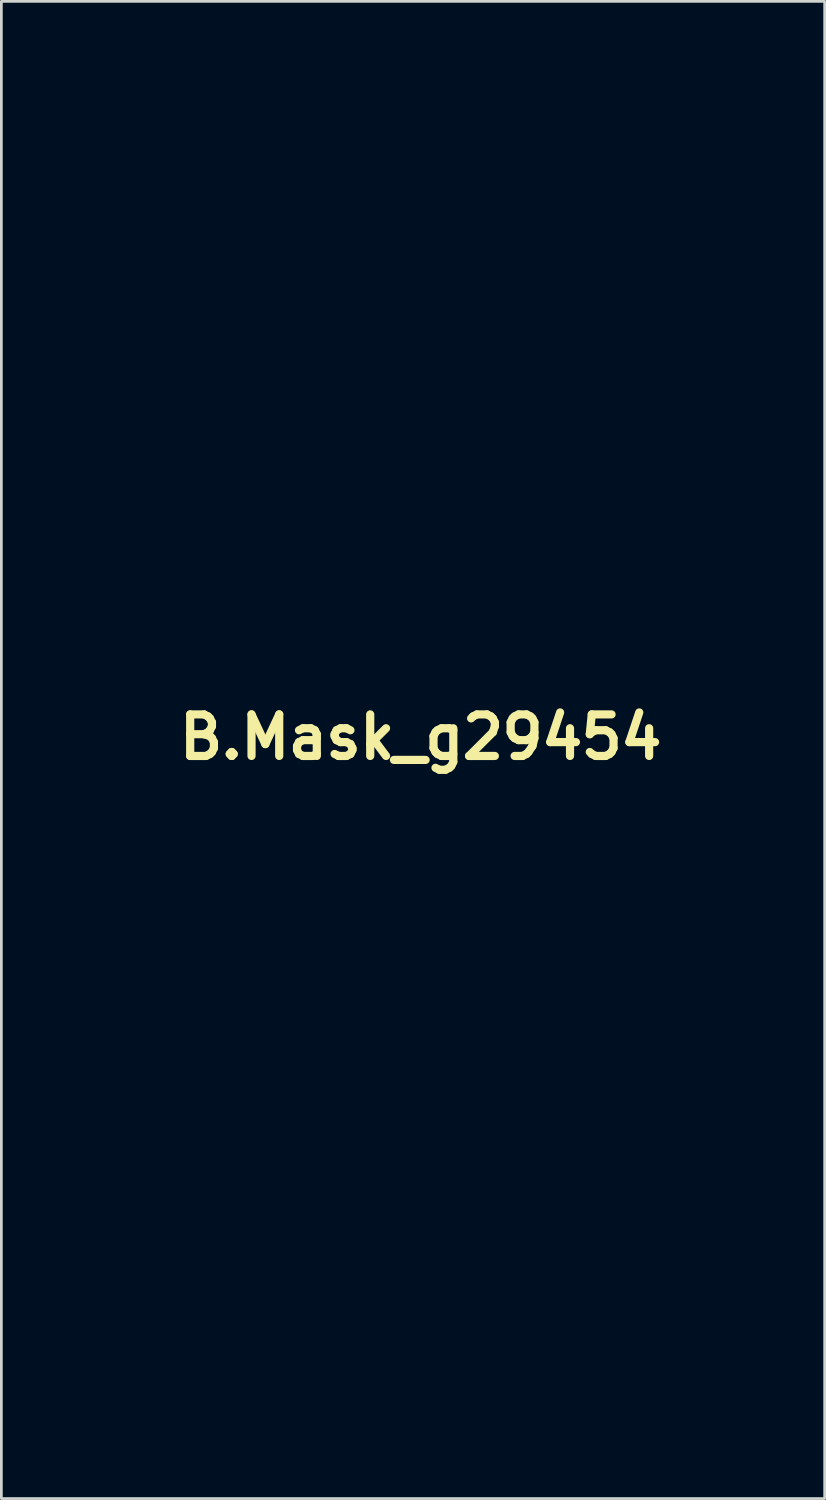
<source format=kicad_pcb>
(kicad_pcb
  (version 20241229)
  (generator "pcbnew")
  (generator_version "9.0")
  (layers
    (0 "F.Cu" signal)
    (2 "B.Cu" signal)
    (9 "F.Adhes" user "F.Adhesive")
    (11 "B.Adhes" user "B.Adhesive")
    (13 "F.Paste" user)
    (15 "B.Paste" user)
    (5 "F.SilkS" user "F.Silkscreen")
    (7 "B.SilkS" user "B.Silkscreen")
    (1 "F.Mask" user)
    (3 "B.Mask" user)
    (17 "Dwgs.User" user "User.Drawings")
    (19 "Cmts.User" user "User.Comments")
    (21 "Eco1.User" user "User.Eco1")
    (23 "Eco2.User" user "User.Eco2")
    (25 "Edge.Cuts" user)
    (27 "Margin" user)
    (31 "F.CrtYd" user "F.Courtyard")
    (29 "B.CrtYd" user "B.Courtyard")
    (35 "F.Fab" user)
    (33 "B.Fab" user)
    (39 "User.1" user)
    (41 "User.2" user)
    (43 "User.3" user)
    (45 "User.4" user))
  (footprint "B.Mask_g29454"
    (layer "F.Cu")
    (at 12.382 23.993)
    (property "Reference" "B.Mask_g29454" (at 0 0 0) (layer "F.SilkS") (effects (font (size 1.524 1.524) (thickness 0.3))))
    (attr through_hole)
    (fp_poly (pts (xy -11.079 -19.152) (xy -10.831 -19.037) (xy -10.629 -18.855) (xy -10.482 -18.612) (xy -10.431 -18.471) (xy -10.391 -18.188) (xy -10.433 -17.915) (xy -10.557 -17.658) (xy -10.597 -17.602) (xy -10.792 -17.413) (xy -11.03 -17.287) (xy -11.292 -17.228) (xy -11.562 -17.239) (xy -11.823 -17.325) (xy -11.877 -17.353) (xy -12.099 -17.522) (xy -12.255 -17.726) (xy -12.346 -17.953) (xy -12.376 -18.183) (xy -11.825 -18.183) (xy -11.79 -18.05) (xy -11.686 -17.896) (xy -11.539 -17.804) (xy -11.369 -17.778) (xy -11.196 -17.823) (xy -11.098 -17.887) (xy -10.977 -18.034) (xy -10.939 -18.202) (xy -10.982 -18.391) (xy -11.083 -18.538) (xy -11.228 -18.626) (xy -11.396 -18.651) (xy -11.565 -18.61) (xy -11.697 -18.517) (xy -11.802 -18.36) (xy -11.825 -18.183) (xy -12.376 -18.183) (xy -12.377 -18.192) (xy -12.35 -18.429) (xy -12.27 -18.654) (xy -12.138 -18.855) (xy -11.959 -19.019) (xy -11.735 -19.135) (xy -11.471 -19.191) (xy -11.368 -19.195) (xy -11.079 -19.152)) (stroke (width 0.01) (type solid)) (fill yes) (layer "B.Mask"))
    (fp_poly (pts (xy -5.85 10.117) (xy -5.652 10.189) (xy -5.416 10.357) (xy -5.243 10.57) (xy -5.135 10.814) (xy -5.096 11.075) (xy -5.128 11.339) (xy -5.234 11.593) (xy -5.331 11.732) (xy -5.522 11.899) (xy -5.759 12.011) (xy -6.021 12.064) (xy -6.285 12.051) (xy -6.498 11.986) (xy -6.74 11.833) (xy -6.917 11.627) (xy -7.027 11.375) (xy -7.055 11.158) (xy -6.518 11.158) (xy -6.454 11.319) (xy -6.396 11.391) (xy -6.24 11.493) (xy -6.066 11.518) (xy -5.891 11.466) (xy -5.804 11.406) (xy -5.695 11.269) (xy -5.652 11.112) (xy -5.669 10.954) (xy -5.737 10.812) (xy -5.849 10.702) (xy -5.996 10.641) (xy -6.153 10.643) (xy -6.325 10.714) (xy -6.447 10.836) (xy -6.513 10.991) (xy -6.518 11.158) (xy -7.055 11.158) (xy -7.065 11.082) (xy -7.062 10.988) (xy -7.011 10.718) (xy -6.891 10.492) (xy -6.698 10.301) (xy -6.589 10.227) (xy -6.361 10.13) (xy -6.105 10.093) (xy -5.85 10.117)) (stroke (width 0.01) (type solid)) (fill yes) (layer "B.Mask"))
    (fp_poly (pts (xy 0.701 -23.191) (xy 0.827 -23.141) (xy 1.074 -22.984) (xy 1.253 -22.779) (xy 1.361 -22.528) (xy 1.396 -22.237) (xy 1.357 -21.954) (xy 1.252 -21.709) (xy 1.09 -21.51) (xy 0.884 -21.362) (xy 0.644 -21.273) (xy 0.384 -21.251) (xy 0.113 -21.301) (xy -0.038 -21.363) (xy -0.27 -21.521) (xy -0.439 -21.725) (xy -0.543 -21.961) (xy -0.58 -22.216) (xy -0.567 -22.314) (xy -0.02 -22.314) (xy -0.019 -22.156) (xy 0.04 -22.014) (xy 0.143 -21.899) (xy 0.277 -21.823) (xy 0.428 -21.796) (xy 0.584 -21.829) (xy 0.723 -21.925) (xy 0.808 -22.032) (xy 0.843 -22.148) (xy 0.847 -22.237) (xy 0.812 -22.422) (xy 0.72 -22.562) (xy 0.588 -22.651) (xy 0.434 -22.685) (xy 0.274 -22.659) (xy 0.126 -22.566) (xy 0.05 -22.478) (xy -0.02 -22.314) (xy -0.567 -22.314) (xy -0.546 -22.476) (xy -0.439 -22.727) (xy -0.313 -22.899) (xy -0.09 -23.09) (xy 0.159 -23.204) (xy 0.426 -23.238) (xy 0.701 -23.191)) (stroke (width 0.01) (type solid)) (fill yes) (layer "B.Mask"))
    (fp_poly (pts (xy 4.121 -3.52) (xy 4.352 -3.448) (xy 4.561 -3.323) (xy 4.737 -3.147) (xy 4.866 -2.921) (xy 4.937 -2.657) (xy 4.934 -2.388) (xy 4.859 -2.141) (xy 4.721 -1.924) (xy 4.531 -1.748) (xy 4.302 -1.624) (xy 4.042 -1.562) (xy 3.789 -1.567) (xy 3.525 -1.646) (xy 3.305 -1.787) (xy 3.134 -1.98) (xy 3.019 -2.21) (xy 2.966 -2.465) (xy 2.968 -2.499) (xy 3.511 -2.499) (xy 3.557 -2.343) (xy 3.659 -2.216) (xy 3.809 -2.136) (xy 3.944 -2.118) (xy 4.1 -2.138) (xy 4.215 -2.19) (xy 4.218 -2.192) (xy 4.341 -2.337) (xy 4.393 -2.503) (xy 4.378 -2.671) (xy 4.297 -2.82) (xy 4.152 -2.933) (xy 4.12 -2.948) (xy 3.932 -2.989) (xy 3.764 -2.948) (xy 3.621 -2.83) (xy 3.53 -2.667) (xy 3.511 -2.499) (xy 2.968 -2.499) (xy 2.983 -2.733) (xy 3.074 -2.999) (xy 3.228 -3.228) (xy 3.422 -3.392) (xy 3.644 -3.494) (xy 3.881 -3.536) (xy 4.121 -3.52)) (stroke (width 0.01) (type solid)) (fill yes) (layer "B.Mask"))
    (fp_poly (pts (xy 4.271 20.443) (xy 4.519 20.552) (xy 4.72 20.722) (xy 4.863 20.945) (xy 4.941 21.213) (xy 4.953 21.376) (xy 4.916 21.672) (xy 4.81 21.926) (xy 4.637 22.13) (xy 4.401 22.279) (xy 4.257 22.332) (xy 4.082 22.376) (xy 3.941 22.387) (xy 3.792 22.365) (xy 3.747 22.355) (xy 3.483 22.251) (xy 3.267 22.086) (xy 3.107 21.874) (xy 3.009 21.626) (xy 2.986 21.397) (xy 3.531 21.397) (xy 3.573 21.564) (xy 3.675 21.714) (xy 3.819 21.801) (xy 3.986 21.824) (xy 4.157 21.777) (xy 4.285 21.687) (xy 4.383 21.54) (xy 4.41 21.37) (xy 4.366 21.2) (xy 4.279 21.079) (xy 4.126 20.978) (xy 3.956 20.947) (xy 3.789 20.987) (xy 3.673 21.071) (xy 3.561 21.232) (xy 3.531 21.397) (xy 2.986 21.397) (xy 2.982 21.357) (xy 3.022 21.115) (xy 3.14 20.844) (xy 3.314 20.635) (xy 3.54 20.491) (xy 3.814 20.416) (xy 3.982 20.405) (xy 4.271 20.443)) (stroke (width 0.01) (type solid)) (fill yes) (layer "B.Mask"))
    (fp_poly (pts (xy 9.294 17.703) (xy 9.421 17.753) (xy 9.668 17.91) (xy 9.847 18.115) (xy 9.955 18.366) (xy 9.99 18.657) (xy 9.951 18.94) (xy 9.845 19.185) (xy 9.683 19.384) (xy 9.477 19.532) (xy 9.238 19.621) (xy 8.977 19.643) (xy 8.706 19.593) (xy 8.556 19.531) (xy 8.324 19.373) (xy 8.154 19.169) (xy 8.05 18.933) (xy 8.014 18.678) (xy 8.027 18.58) (xy 8.574 18.58) (xy 8.575 18.738) (xy 8.633 18.88) (xy 8.736 18.995) (xy 8.87 19.071) (xy 9.022 19.098) (xy 9.178 19.065) (xy 9.317 18.969) (xy 9.402 18.862) (xy 9.436 18.746) (xy 9.44 18.657) (xy 9.406 18.472) (xy 9.314 18.332) (xy 9.182 18.243) (xy 9.027 18.209) (xy 8.867 18.235) (xy 8.719 18.328) (xy 8.644 18.416) (xy 8.574 18.58) (xy 8.027 18.58) (xy 8.048 18.418) (xy 8.154 18.167) (xy 8.281 17.995) (xy 8.504 17.804) (xy 8.753 17.69) (xy 9.02 17.656) (xy 9.294 17.703)) (stroke (width 0.01) (type solid)) (fill yes) (layer "B.Mask"))
    (fp_poly (pts (xy -5.953 -11.064) (xy -5.697 -10.974) (xy -5.472 -10.819) (xy -5.295 -10.61) (xy -5.223 -10.471) (xy -5.178 -10.289) (xy -5.168 -10.068) (xy -5.192 -9.847) (xy -5.245 -9.671) (xy -5.391 -9.445) (xy -5.59 -9.273) (xy -5.828 -9.159) (xy -6.088 -9.109) (xy -6.355 -9.128) (xy -6.604 -9.218) (xy -6.837 -9.385) (xy -7.007 -9.601) (xy -7.11 -9.852) (xy -7.136 -10.097) (xy -6.583 -10.097) (xy -6.573 -9.961) (xy -6.533 -9.867) (xy -6.445 -9.776) (xy -6.28 -9.674) (xy -6.103 -9.657) (xy -5.926 -9.716) (xy -5.796 -9.813) (xy -5.73 -9.948) (xy -5.715 -10.097) (xy -5.739 -10.276) (xy -5.817 -10.401) (xy -5.926 -10.477) (xy -6.115 -10.537) (xy -6.291 -10.514) (xy -6.445 -10.417) (xy -6.534 -10.324) (xy -6.574 -10.23) (xy -6.583 -10.097) (xy -7.136 -10.097) (xy -7.139 -10.126) (xy -7.098 -10.375) (xy -6.981 -10.638) (xy -6.802 -10.846) (xy -6.569 -10.993) (xy -6.29 -11.072) (xy -6.225 -11.08) (xy -5.953 -11.064)) (stroke (width 0.01) (type solid)) (fill yes) (layer "B.Mask"))
    (fp_poly (pts (xy -5.826 -3.486) (xy -5.603 -3.375) (xy -5.406 -3.199) (xy -5.293 -3.037) (xy -5.212 -2.875) (xy -5.174 -2.726) (xy -5.166 -2.561) (xy -5.204 -2.268) (xy -5.311 -2.014) (xy -5.478 -1.809) (xy -5.694 -1.66) (xy -5.951 -1.575) (xy -6.24 -1.561) (xy -6.35 -1.575) (xy -6.598 -1.658) (xy -6.812 -1.808) (xy -6.982 -2.009) (xy -7.097 -2.246) (xy -7.14 -2.476) (xy -6.586 -2.476) (xy -6.517 -2.306) (xy -6.395 -2.185) (xy -6.241 -2.12) (xy -6.073 -2.117) (xy -5.91 -2.182) (xy -5.839 -2.24) (xy -5.745 -2.387) (xy -5.718 -2.553) (xy -5.752 -2.719) (xy -5.84 -2.861) (xy -5.977 -2.96) (xy -6.05 -2.984) (xy -6.224 -2.983) (xy -6.381 -2.916) (xy -6.506 -2.798) (xy -6.579 -2.645) (xy -6.586 -2.476) (xy -7.14 -2.476) (xy -7.145 -2.503) (xy -7.138 -2.657) (xy -7.064 -2.929) (xy -6.932 -3.155) (xy -6.754 -3.331) (xy -6.542 -3.454) (xy -6.309 -3.523) (xy -6.066 -3.535) (xy -5.826 -3.486)) (stroke (width 0.01) (type solid)) (fill yes) (layer "B.Mask"))
    (fp_poly (pts (xy -5.693 17.956) (xy -5.459 18.109) (xy -5.268 18.323) (xy -5.148 18.568) (xy -5.1 18.829) (xy -5.125 19.092) (xy -5.223 19.344) (xy -5.392 19.567) (xy -5.602 19.722) (xy -5.85 19.82) (xy -6.115 19.855) (xy -6.371 19.824) (xy -6.477 19.787) (xy -6.711 19.642) (xy -6.897 19.44) (xy -7.023 19.197) (xy -7.079 18.931) (xy -7.08 18.891) (xy -6.533 18.891) (xy -6.493 19.049) (xy -6.384 19.196) (xy -6.37 19.209) (xy -6.222 19.286) (xy -6.05 19.302) (xy -5.886 19.255) (xy -5.832 19.221) (xy -5.708 19.078) (xy -5.653 18.912) (xy -5.666 18.743) (xy -5.747 18.591) (xy -5.857 18.497) (xy -6.03 18.43) (xy -6.192 18.434) (xy -6.333 18.495) (xy -6.444 18.601) (xy -6.514 18.738) (xy -6.533 18.891) (xy -7.08 18.891) (xy -7.08 18.884) (xy -7.045 18.59) (xy -6.937 18.338) (xy -6.757 18.131) (xy -6.506 17.97) (xy -6.498 17.966) (xy -6.225 17.88) (xy -5.954 17.877) (xy -5.693 17.956)) (stroke (width 0.01) (type solid)) (fill yes) (layer "B.Mask"))
    (fp_poly (pts (xy -3.467 -3.529) (xy -3.209 -3.458) (xy -2.987 -3.328) (xy -2.83 -3.162) (xy -2.71 -2.943) (xy -2.639 -2.699) (xy -2.626 -2.542) (xy -2.665 -2.258) (xy -2.774 -2.011) (xy -2.941 -1.809) (xy -3.159 -1.662) (xy -3.415 -1.576) (xy -3.7 -1.561) (xy -3.81 -1.575) (xy -4.058 -1.658) (xy -4.272 -1.808) (xy -4.442 -2.009) (xy -4.557 -2.246) (xy -4.604 -2.496) (xy -4.057 -2.496) (xy -4.017 -2.357) (xy -3.9 -2.21) (xy -3.734 -2.132) (xy -3.606 -2.118) (xy -3.464 -2.132) (xy -3.356 -2.188) (xy -3.299 -2.24) (xy -3.205 -2.387) (xy -3.178 -2.553) (xy -3.212 -2.719) (xy -3.3 -2.861) (xy -3.437 -2.96) (xy -3.51 -2.984) (xy -3.683 -2.984) (xy -3.838 -2.92) (xy -3.961 -2.805) (xy -4.038 -2.659) (xy -4.057 -2.496) (xy -4.604 -2.496) (xy -4.605 -2.503) (xy -4.598 -2.657) (xy -4.523 -2.93) (xy -4.385 -3.16) (xy -4.198 -3.34) (xy -3.974 -3.465) (xy -3.726 -3.53) (xy -3.467 -3.529)) (stroke (width 0.01) (type solid)) (fill yes) (layer "B.Mask"))
    (fp_poly (pts (xy -3.32 -0.978) (xy -3.078 -0.873) (xy -2.881 -0.712) (xy -2.735 -0.506) (xy -2.646 -0.268) (xy -2.623 -0.008) (xy -2.672 0.262) (xy -2.735 0.416) (xy -2.89 0.649) (xy -3.096 0.815) (xy -3.328 0.914) (xy -3.504 0.957) (xy -3.649 0.965) (xy -3.808 0.94) (xy -3.831 0.934) (xy -4.102 0.828) (xy -4.32 0.66) (xy -4.478 0.439) (xy -4.57 0.174) (xy -4.588 -0.022) (xy -4.056 -0.022) (xy -4.003 0.165) (xy -3.998 0.175) (xy -3.884 0.313) (xy -3.733 0.388) (xy -3.564 0.398) (xy -3.399 0.341) (xy -3.291 0.253) (xy -3.195 0.095) (xy -3.171 -0.071) (xy -3.211 -0.228) (xy -3.308 -0.357) (xy -3.455 -0.442) (xy -3.606 -0.465) (xy -3.8 -0.429) (xy -3.946 -0.334) (xy -4.034 -0.193) (xy -4.056 -0.022) (xy -4.588 -0.022) (xy -4.59 -0.042) (xy -4.553 -0.335) (xy -4.447 -0.585) (xy -4.278 -0.784) (xy -4.054 -0.925) (xy -3.781 -1.003) (xy -3.598 -1.016) (xy -3.32 -0.978)) (stroke (width 0.01) (type solid)) (fill yes) (layer "B.Mask"))
    (fp_poly (pts (xy -0.801 10.121) (xy -0.614 10.189) (xy -0.379 10.355) (xy -0.209 10.562) (xy -0.102 10.797) (xy -0.059 11.046) (xy -0.081 11.297) (xy -0.169 11.536) (xy -0.321 11.749) (xy -0.54 11.925) (xy -0.561 11.937) (xy -0.828 12.045) (xy -1.105 12.069) (xy -1.384 12.011) (xy -1.529 11.947) (xy -1.751 11.788) (xy -1.91 11.586) (xy -2.008 11.354) (xy -2.043 11.106) (xy -2.04 11.078) (xy -1.499 11.078) (xy -1.47 11.226) (xy -1.391 11.355) (xy -1.276 11.453) (xy -1.135 11.51) (xy -0.979 11.511) (xy -0.82 11.446) (xy -0.768 11.408) (xy -0.648 11.26) (xy -0.609 11.091) (xy -0.65 10.908) (xy -0.754 10.757) (xy -0.899 10.666) (xy -1.067 10.641) (xy -1.236 10.683) (xy -1.366 10.776) (xy -1.468 10.924) (xy -1.499 11.078) (xy -2.04 11.078) (xy -2.016 10.856) (xy -1.927 10.616) (xy -1.776 10.402) (xy -1.564 10.227) (xy -1.522 10.203) (xy -1.301 10.121) (xy -1.05 10.094) (xy -0.801 10.121)) (stroke (width 0.01) (type solid)) (fill yes) (layer "B.Mask"))
    (fp_poly (pts (xy 1.676 10.119) (xy 1.922 10.217) (xy 2.146 10.385) (xy 2.213 10.457) (xy 2.36 10.688) (xy 2.434 10.941) (xy 2.438 11.2) (xy 2.376 11.45) (xy 2.251 11.679) (xy 2.066 11.87) (xy 1.832 12.008) (xy 1.652 12.052) (xy 1.434 12.062) (xy 1.214 12.038) (xy 1.037 11.985) (xy 0.8 11.832) (xy 0.623 11.628) (xy 0.51 11.387) (xy 0.468 11.132) (xy 1.013 11.132) (xy 1.058 11.288) (xy 1.16 11.415) (xy 1.31 11.495) (xy 1.447 11.514) (xy 1.602 11.493) (xy 1.718 11.442) (xy 1.72 11.44) (xy 1.851 11.289) (xy 1.9 11.119) (xy 1.866 10.934) (xy 1.841 10.878) (xy 1.725 10.735) (xy 1.573 10.657) (xy 1.404 10.644) (xy 1.24 10.701) (xy 1.124 10.8) (xy 1.033 10.963) (xy 1.013 11.132) (xy 0.468 11.132) (xy 0.466 11.123) (xy 0.496 10.85) (xy 0.577 10.63) (xy 0.734 10.399) (xy 0.937 10.232) (xy 1.17 10.128) (xy 1.421 10.09) (xy 1.676 10.119)) (stroke (width 0.01) (type solid)) (fill yes) (layer "B.Mask"))
    (fp_poly (pts (xy 1.749 12.781) (xy 1.999 12.891) (xy 2.202 13.066) (xy 2.351 13.296) (xy 2.436 13.576) (xy 2.441 13.609) (xy 2.44 13.875) (xy 2.362 14.12) (xy 2.202 14.352) (xy 2.14 14.417) (xy 1.905 14.603) (xy 1.655 14.706) (xy 1.391 14.725) (xy 1.126 14.665) (xy 0.867 14.53) (xy 0.669 14.336) (xy 0.567 14.165) (xy 0.48 13.889) (xy 0.472 13.707) (xy 1.016 13.707) (xy 1.054 13.896) (xy 1.157 14.048) (xy 1.31 14.148) (xy 1.465 14.179) (xy 1.556 14.158) (xy 1.671 14.102) (xy 1.698 14.085) (xy 1.832 13.951) (xy 1.894 13.786) (xy 1.88 13.61) (xy 1.846 13.528) (xy 1.732 13.389) (xy 1.587 13.311) (xy 1.428 13.291) (xy 1.274 13.324) (xy 1.142 13.408) (xy 1.05 13.537) (xy 1.016 13.707) (xy 0.472 13.707) (xy 0.469 13.619) (xy 0.528 13.366) (xy 0.649 13.142) (xy 0.826 12.957) (xy 1.051 12.823) (xy 1.318 12.751) (xy 1.46 12.742) (xy 1.749 12.781)) (stroke (width 0.01) (type solid)) (fill yes) (layer "B.Mask"))
    (fp_poly (pts (xy 4.109 1.504) (xy 4.359 1.586) (xy 4.581 1.729) (xy 4.761 1.923) (xy 4.888 2.155) (xy 4.948 2.415) (xy 4.951 2.503) (xy 4.909 2.766) (xy 4.797 2.999) (xy 4.63 3.195) (xy 4.421 3.346) (xy 4.181 3.442) (xy 3.925 3.476) (xy 3.666 3.44) (xy 3.535 3.391) (xy 3.296 3.236) (xy 3.116 3.026) (xy 3.003 2.771) (xy 2.972 2.545) (xy 3.512 2.545) (xy 3.566 2.705) (xy 3.637 2.797) (xy 3.793 2.901) (xy 3.966 2.925) (xy 4.14 2.871) (xy 4.243 2.797) (xy 4.352 2.652) (xy 4.39 2.488) (xy 4.363 2.326) (xy 4.277 2.184) (xy 4.137 2.082) (xy 4.029 2.048) (xy 3.851 2.051) (xy 3.701 2.119) (xy 3.589 2.235) (xy 3.523 2.383) (xy 3.512 2.545) (xy 2.972 2.545) (xy 2.963 2.485) (xy 2.963 2.483) (xy 3.002 2.197) (xy 3.113 1.946) (xy 3.287 1.74) (xy 3.515 1.589) (xy 3.788 1.504) (xy 3.842 1.496) (xy 4.109 1.504)) (stroke (width 0.01) (type solid)) (fill yes) (layer "B.Mask"))
    (fp_poly (pts (xy 4.244 -6.007) (xy 4.477 -5.902) (xy 4.678 -5.74) (xy 4.833 -5.525) (xy 4.915 -5.317) (xy 4.948 -5.048) (xy 4.907 -4.793) (xy 4.802 -4.562) (xy 4.645 -4.365) (xy 4.445 -4.21) (xy 4.213 -4.109) (xy 3.959 -4.07) (xy 3.694 -4.104) (xy 3.625 -4.126) (xy 3.378 -4.254) (xy 3.186 -4.435) (xy 3.05 -4.655) (xy 2.975 -4.9) (xy 2.966 -5.092) (xy 3.512 -5.092) (xy 3.537 -4.912) (xy 3.559 -4.857) (xy 3.664 -4.721) (xy 3.817 -4.641) (xy 3.996 -4.625) (xy 4.125 -4.656) (xy 4.266 -4.749) (xy 4.353 -4.889) (xy 4.382 -5.053) (xy 4.35 -5.22) (xy 4.254 -5.368) (xy 4.234 -5.387) (xy 4.076 -5.484) (xy 3.916 -5.508) (xy 3.766 -5.471) (xy 3.639 -5.382) (xy 3.55 -5.252) (xy 3.512 -5.092) (xy 2.966 -5.092) (xy 2.963 -5.156) (xy 3.017 -5.409) (xy 3.14 -5.644) (xy 3.265 -5.787) (xy 3.489 -5.946) (xy 3.736 -6.034) (xy 3.992 -6.053) (xy 4.244 -6.007)) (stroke (width 0.01) (type solid)) (fill yes) (layer "B.Mask"))
    (fp_poly (pts (xy 4.267 12.794) (xy 4.494 12.908) (xy 4.683 13.076) (xy 4.824 13.292) (xy 4.903 13.549) (xy 4.916 13.712) (xy 4.88 14.004) (xy 4.772 14.26) (xy 4.598 14.47) (xy 4.392 14.61) (xy 4.221 14.673) (xy 4.02 14.71) (xy 3.825 14.717) (xy 3.683 14.695) (xy 3.413 14.568) (xy 3.197 14.389) (xy 3.042 14.169) (xy 2.954 13.919) (xy 2.947 13.787) (xy 3.489 13.787) (xy 3.55 13.943) (xy 3.66 14.069) (xy 3.804 14.151) (xy 3.965 14.176) (xy 4.12 14.134) (xy 4.267 14.017) (xy 4.345 13.852) (xy 4.359 13.723) (xy 4.325 13.543) (xy 4.23 13.405) (xy 4.094 13.317) (xy 3.932 13.288) (xy 3.764 13.326) (xy 3.649 13.398) (xy 3.557 13.497) (xy 3.499 13.601) (xy 3.495 13.614) (xy 3.489 13.787) (xy 2.947 13.787) (xy 2.939 13.651) (xy 2.979 13.45) (xy 3.094 13.191) (xy 3.265 12.991) (xy 3.478 12.853) (xy 3.748 12.76) (xy 4.015 12.743) (xy 4.267 12.794)) (stroke (width 0.01) (type solid)) (fill yes) (layer "B.Mask"))
    (fp_poly (pts (xy 11.101 -20.749) (xy 11.336 -20.648) (xy 11.53 -20.494) (xy 11.677 -20.3) (xy 11.774 -20.077) (xy 11.816 -19.837) (xy 11.799 -19.594) (xy 11.72 -19.359) (xy 11.573 -19.145) (xy 11.436 -19.02) (xy 11.192 -18.874) (xy 10.937 -18.808) (xy 10.659 -18.819) (xy 10.521 -18.849) (xy 10.368 -18.921) (xy 10.203 -19.048) (xy 10.049 -19.206) (xy 9.929 -19.374) (xy 9.873 -19.499) (xy 9.829 -19.782) (xy 9.84 -19.866) (xy 10.392 -19.866) (xy 10.396 -19.705) (xy 10.455 -19.567) (xy 10.586 -19.422) (xy 10.743 -19.353) (xy 10.91 -19.362) (xy 11.074 -19.451) (xy 11.117 -19.49) (xy 11.233 -19.654) (xy 11.269 -19.826) (xy 11.225 -19.993) (xy 11.137 -20.112) (xy 10.989 -20.211) (xy 10.833 -20.24) (xy 10.681 -20.209) (xy 10.548 -20.129) (xy 10.447 -20.011) (xy 10.392 -19.866) (xy 9.84 -19.866) (xy 9.862 -20.05) (xy 9.962 -20.293) (xy 10.121 -20.499) (xy 10.331 -20.657) (xy 10.583 -20.756) (xy 10.828 -20.785) (xy 11.101 -20.749)) (stroke (width 0.01) (type solid)) (fill yes) (layer "B.Mask"))
    (fp_poly (pts (xy -5.925 22.941) (xy -5.67 23.021) (xy -5.443 23.168) (xy -5.29 23.335) (xy -5.158 23.579) (xy -5.102 23.83) (xy -5.114 24.079) (xy -5.187 24.313) (xy -5.312 24.523) (xy -5.484 24.698) (xy -5.694 24.827) (xy -5.936 24.9) (xy -6.201 24.906) (xy -6.362 24.875) (xy -6.613 24.767) (xy -6.813 24.603) (xy -6.96 24.397) (xy -7.05 24.163) (xy -7.078 23.945) (xy -6.536 23.945) (xy -6.487 24.115) (xy -6.413 24.215) (xy -6.266 24.328) (xy -6.106 24.363) (xy -5.923 24.321) (xy -5.854 24.291) (xy -5.774 24.222) (xy -5.7 24.115) (xy -5.693 24.101) (xy -5.647 23.926) (xy -5.672 23.767) (xy -5.751 23.635) (xy -5.873 23.539) (xy -6.021 23.488) (xy -6.181 23.493) (xy -6.339 23.563) (xy -6.409 23.62) (xy -6.51 23.774) (xy -6.536 23.945) (xy -7.078 23.945) (xy -7.082 23.914) (xy -7.052 23.664) (xy -6.958 23.426) (xy -6.797 23.214) (xy -6.699 23.129) (xy -6.455 22.993) (xy -6.192 22.931) (xy -5.925 22.941)) (stroke (width 0.01) (type solid)) (fill yes) (layer "B.Mask"))
    (fp_poly (pts (xy -5.901 5.081) (xy -5.671 5.154) (xy -5.46 5.289) (xy -5.282 5.487) (xy -5.209 5.608) (xy -5.117 5.873) (xy -5.101 6.14) (xy -5.158 6.396) (xy -5.28 6.627) (xy -5.463 6.821) (xy -5.7 6.965) (xy -5.818 7.007) (xy -5.991 7.052) (xy -6.127 7.062) (xy -6.271 7.039) (xy -6.392 7.005) (xy -6.651 6.884) (xy -6.853 6.704) (xy -6.991 6.472) (xy -7.061 6.195) (xy -7.068 6.072) (xy -6.522 6.072) (xy -6.481 6.243) (xy -6.429 6.327) (xy -6.291 6.458) (xy -6.143 6.508) (xy -5.972 6.48) (xy -5.896 6.449) (xy -5.75 6.338) (xy -5.667 6.188) (xy -5.65 6.019) (xy -5.702 5.851) (xy -5.782 5.744) (xy -5.94 5.639) (xy -6.116 5.616) (xy -6.249 5.651) (xy -6.4 5.755) (xy -6.493 5.902) (xy -6.522 6.072) (xy -7.068 6.072) (xy -7.069 6.051) (xy -7.033 5.774) (xy -6.934 5.538) (xy -6.783 5.346) (xy -6.592 5.202) (xy -6.374 5.108) (xy -6.139 5.067) (xy -5.901 5.081)) (stroke (width 0.01) (type solid)) (fill yes) (layer "B.Mask"))
    (fp_poly (pts (xy -3.324 1.535) (xy -3.107 1.63) (xy -2.879 1.806) (xy -2.724 2.025) (xy -2.641 2.289) (xy -2.626 2.492) (xy -2.664 2.773) (xy -2.771 3.015) (xy -2.933 3.214) (xy -3.141 3.36) (xy -3.381 3.448) (xy -3.644 3.471) (xy -3.918 3.421) (xy -4.048 3.37) (xy -4.281 3.218) (xy -4.455 3.012) (xy -4.566 2.768) (xy -4.607 2.498) (xy -4.605 2.483) (xy -4.043 2.483) (xy -4.032 2.618) (xy -3.987 2.713) (xy -3.905 2.797) (xy -3.736 2.901) (xy -3.561 2.925) (xy -3.393 2.871) (xy -3.299 2.797) (xy -3.2 2.648) (xy -3.171 2.486) (xy -3.202 2.327) (xy -3.286 2.188) (xy -3.413 2.087) (xy -3.574 2.041) (xy -3.691 2.048) (xy -3.867 2.118) (xy -3.986 2.248) (xy -4.04 2.428) (xy -4.043 2.483) (xy -4.605 2.483) (xy -4.571 2.215) (xy -4.563 2.185) (xy -4.477 2.009) (xy -4.334 1.83) (xy -4.157 1.673) (xy -3.971 1.559) (xy -3.883 1.527) (xy -3.604 1.491) (xy -3.324 1.535)) (stroke (width 0.01) (type solid)) (fill yes) (layer "B.Mask"))
    (fp_poly (pts (xy -3.299 22.969) (xy -3.055 23.076) (xy -2.854 23.242) (xy -2.703 23.453) (xy -2.612 23.699) (xy -2.588 23.969) (xy -2.631 24.221) (xy -2.718 24.404) (xy -2.858 24.587) (xy -3.025 24.74) (xy -3.128 24.805) (xy -3.322 24.876) (xy -3.54 24.911) (xy -3.741 24.906) (xy -3.789 24.896) (xy -4.062 24.783) (xy -4.301 24.593) (xy -4.305 24.589) (xy -4.466 24.367) (xy -4.554 24.126) (xy -4.571 23.915) (xy -4.022 23.915) (xy -3.986 24.099) (xy -3.889 24.239) (xy -3.748 24.329) (xy -3.58 24.358) (xy -3.399 24.32) (xy -3.311 24.273) (xy -3.201 24.154) (xy -3.146 23.989) (xy -3.148 23.84) (xy -3.196 23.685) (xy -3.292 23.577) (xy -3.422 23.508) (xy -3.597 23.475) (xy -3.762 23.515) (xy -3.9 23.613) (xy -3.993 23.758) (xy -4.022 23.915) (xy -4.571 23.915) (xy -4.574 23.879) (xy -4.531 23.636) (xy -4.431 23.412) (xy -4.279 23.216) (xy -4.08 23.063) (xy -3.839 22.964) (xy -3.577 22.93) (xy -3.299 22.969)) (stroke (width 0.01) (type solid)) (fill yes) (layer "B.Mask"))
    (fp_poly (pts (xy -3.286 -5.992) (xy -3.194 -5.953) (xy -2.947 -5.797) (xy -2.769 -5.592) (xy -2.661 -5.34) (xy -2.626 -5.05) (xy -2.661 -4.768) (xy -2.766 -4.528) (xy -2.948 -4.32) (xy -2.965 -4.305) (xy -3.209 -4.148) (xy -3.474 -4.07) (xy -3.75 -4.074) (xy -4.027 -4.16) (xy -4.054 -4.173) (xy -4.285 -4.333) (xy -4.458 -4.545) (xy -4.565 -4.795) (xy -4.598 -5.052) (xy -4.043 -5.052) (xy -4.032 -4.917) (xy -3.987 -4.822) (xy -3.905 -4.738) (xy -3.736 -4.634) (xy -3.561 -4.61) (xy -3.393 -4.664) (xy -3.299 -4.738) (xy -3.201 -4.888) (xy -3.17 -5.058) (xy -3.202 -5.226) (xy -3.294 -5.369) (xy -3.43 -5.462) (xy -3.615 -5.499) (xy -3.786 -5.462) (xy -3.925 -5.363) (xy -4.016 -5.213) (xy -4.043 -5.052) (xy -4.598 -5.052) (xy -4.6 -5.068) (xy -4.572 -5.293) (xy -4.522 -5.445) (xy -4.442 -5.579) (xy -4.313 -5.727) (xy -4.302 -5.739) (xy -4.069 -5.927) (xy -3.821 -6.032) (xy -3.56 -6.054) (xy -3.286 -5.992)) (stroke (width 0.01) (type solid)) (fill yes) (layer "B.Mask"))
    (fp_poly (pts (xy -3.276 10.142) (xy -3.042 10.258) (xy -2.845 10.43) (xy -2.695 10.648) (xy -2.605 10.904) (xy -2.583 11.117) (xy -2.622 11.351) (xy -2.73 11.582) (xy -2.891 11.788) (xy -3.091 11.949) (xy -3.205 12.008) (xy -3.385 12.052) (xy -3.604 12.062) (xy -3.823 12.038) (xy -4 11.985) (xy -4.234 11.836) (xy -4.405 11.644) (xy -4.515 11.422) (xy -4.566 11.182) (xy -4.562 11.078) (xy -4.024 11.078) (xy -3.996 11.242) (xy -3.899 11.39) (xy -3.898 11.391) (xy -3.75 11.487) (xy -3.579 11.522) (xy -3.41 11.495) (xy -3.281 11.412) (xy -3.173 11.255) (xy -3.139 11.088) (xy -3.17 10.926) (xy -3.26 10.788) (xy -3.401 10.69) (xy -3.586 10.649) (xy -3.604 10.649) (xy -3.774 10.685) (xy -3.906 10.781) (xy -3.991 10.919) (xy -4.024 11.078) (xy -4.562 11.078) (xy -4.558 10.938) (xy -4.493 10.702) (xy -4.373 10.487) (xy -4.198 10.306) (xy -3.971 10.171) (xy -3.805 10.116) (xy -3.534 10.092) (xy -3.276 10.142)) (stroke (width 0.01) (type solid)) (fill yes) (layer "B.Mask"))
    (fp_poly (pts (xy -0.67 15.302) (xy -0.435 15.428) (xy -0.241 15.618) (xy -0.123 15.812) (xy -0.068 15.995) (xy -0.045 16.215) (xy -0.056 16.433) (xy -0.099 16.607) (xy -0.239 16.84) (xy -0.435 17.024) (xy -0.67 17.153) (xy -0.927 17.218) (xy -1.192 17.213) (xy -1.349 17.172) (xy -1.469 17.112) (xy -1.605 17.022) (xy -1.656 16.982) (xy -1.845 16.773) (xy -1.964 16.536) (xy -2.014 16.283) (xy -2.009 16.206) (xy -1.461 16.206) (xy -1.442 16.361) (xy -1.372 16.5) (xy -1.263 16.608) (xy -1.123 16.672) (xy -0.961 16.676) (xy -0.833 16.632) (xy -0.686 16.515) (xy -0.608 16.35) (xy -0.594 16.221) (xy -0.628 16.04) (xy -0.722 15.902) (xy -0.858 15.814) (xy -1.018 15.786) (xy -1.185 15.823) (xy -1.313 15.907) (xy -1.422 16.05) (xy -1.461 16.206) (xy -2.009 16.206) (xy -1.997 16.029) (xy -1.914 15.787) (xy -1.767 15.572) (xy -1.558 15.397) (xy -1.472 15.349) (xy -1.202 15.258) (xy -0.93 15.244) (xy -0.67 15.302)) (stroke (width 0.01) (type solid)) (fill yes) (layer "B.Mask"))
    (fp_poly (pts (xy 1.741 22.961) (xy 1.978 23.064) (xy 2.179 23.226) (xy 2.333 23.437) (xy 2.428 23.689) (xy 2.453 23.918) (xy 2.416 24.196) (xy 2.309 24.44) (xy 2.147 24.642) (xy 1.94 24.794) (xy 1.7 24.886) (xy 1.438 24.912) (xy 1.167 24.861) (xy 1.151 24.856) (xy 0.887 24.723) (xy 0.687 24.537) (xy 0.555 24.301) (xy 0.494 24.02) (xy 0.49 23.918) (xy 1.016 23.918) (xy 1.053 24.074) (xy 1.147 24.219) (xy 1.275 24.318) (xy 1.283 24.322) (xy 1.393 24.367) (xy 1.469 24.377) (xy 1.553 24.355) (xy 1.626 24.325) (xy 1.782 24.222) (xy 1.875 24.081) (xy 1.907 23.921) (xy 1.878 23.761) (xy 1.789 23.619) (xy 1.64 23.515) (xy 1.59 23.496) (xy 1.419 23.48) (xy 1.256 23.533) (xy 1.123 23.641) (xy 1.037 23.791) (xy 1.016 23.918) (xy 0.49 23.918) (xy 0.528 23.625) (xy 0.638 23.373) (xy 0.815 23.169) (xy 1.054 23.019) (xy 1.204 22.965) (xy 1.479 22.925) (xy 1.741 22.961)) (stroke (width 0.01) (type solid)) (fill yes) (layer "B.Mask"))
    (fp_poly (pts (xy 4.235 -0.98) (xy 4.489 -0.875) (xy 4.692 -0.71) (xy 4.836 -0.49) (xy 4.915 -0.222) (xy 4.929 -0.042) (xy 4.905 0.216) (xy 4.825 0.431) (xy 4.678 0.632) (xy 4.662 0.649) (xy 4.457 0.813) (xy 4.209 0.917) (xy 3.942 0.955) (xy 3.681 0.923) (xy 3.65 0.914) (xy 3.404 0.794) (xy 3.209 0.619) (xy 3.068 0.404) (xy 2.984 0.162) (xy 2.967 -0.034) (xy 3.508 -0.034) (xy 3.545 0.134) (xy 3.604 0.231) (xy 3.741 0.362) (xy 3.89 0.412) (xy 4.065 0.386) (xy 4.126 0.363) (xy 4.272 0.262) (xy 4.366 0.115) (xy 4.397 -0.054) (xy 4.358 -0.221) (xy 4.355 -0.225) (xy 4.238 -0.372) (xy 4.073 -0.451) (xy 3.944 -0.465) (xy 3.765 -0.43) (xy 3.627 -0.334) (xy 3.538 -0.196) (xy 3.508 -0.034) (xy 2.967 -0.034) (xy 2.962 -0.092) (xy 3.005 -0.344) (xy 3.116 -0.58) (xy 3.242 -0.735) (xy 3.459 -0.901) (xy 3.7 -0.993) (xy 3.937 -1.016) (xy 4.235 -0.98)) (stroke (width 0.01) (type solid)) (fill yes) (layer "B.Mask"))
    (fp_poly (pts (xy 6.723 10.117) (xy 6.921 10.189) (xy 7.161 10.359) (xy 7.336 10.572) (xy 7.444 10.815) (xy 7.482 11.075) (xy 7.446 11.339) (xy 7.334 11.595) (xy 7.27 11.69) (xy 7.077 11.876) (xy 6.839 12.002) (xy 6.576 12.064) (xy 6.306 12.056) (xy 6.075 11.986) (xy 5.899 11.874) (xy 5.732 11.712) (xy 5.601 11.53) (xy 5.546 11.41) (xy 5.52 11.278) (xy 5.509 11.106) (xy 5.509 11.098) (xy 6.054 11.098) (xy 6.09 11.273) (xy 6.185 11.406) (xy 6.323 11.49) (xy 6.484 11.517) (xy 6.652 11.479) (xy 6.769 11.406) (xy 6.884 11.261) (xy 6.927 11.095) (xy 6.902 10.928) (xy 6.809 10.78) (xy 6.683 10.686) (xy 6.512 10.639) (xy 6.347 10.665) (xy 6.204 10.753) (xy 6.101 10.89) (xy 6.055 11.067) (xy 6.054 11.098) (xy 5.509 11.098) (xy 5.511 10.982) (xy 5.563 10.714) (xy 5.686 10.487) (xy 5.883 10.296) (xy 5.984 10.227) (xy 6.212 10.13) (xy 6.468 10.093) (xy 6.723 10.117)) (stroke (width 0.01) (type solid)) (fill yes) (layer "B.Mask"))
    (fp_poly (pts (xy 7.98 -16.012) (xy 8.199 -15.893) (xy 8.384 -15.725) (xy 8.522 -15.517) (xy 8.604 -15.276) (xy 8.619 -15.013) (xy 8.595 -14.864) (xy 8.492 -14.602) (xy 8.328 -14.387) (xy 8.115 -14.227) (xy 7.867 -14.128) (xy 7.597 -14.098) (xy 7.317 -14.142) (xy 7.265 -14.159) (xy 7.035 -14.284) (xy 6.85 -14.472) (xy 6.719 -14.707) (xy 6.653 -14.975) (xy 6.647 -15.083) (xy 6.648 -15.091) (xy 7.197 -15.091) (xy 7.232 -14.904) (xy 7.325 -14.761) (xy 7.46 -14.671) (xy 7.619 -14.641) (xy 7.787 -14.678) (xy 7.917 -14.764) (xy 8.037 -14.918) (xy 8.074 -15.087) (xy 8.03 -15.261) (xy 7.993 -15.323) (xy 7.856 -15.46) (xy 7.69 -15.525) (xy 7.514 -15.516) (xy 7.347 -15.431) (xy 7.299 -15.388) (xy 7.228 -15.291) (xy 7.199 -15.166) (xy 7.197 -15.091) (xy 6.648 -15.091) (xy 6.68 -15.376) (xy 6.783 -15.621) (xy 6.958 -15.822) (xy 7.205 -15.98) (xy 7.218 -15.986) (xy 7.478 -16.067) (xy 7.736 -16.073) (xy 7.98 -16.012)) (stroke (width 0.01) (type solid)) (fill yes) (layer "B.Mask"))
    (fp_poly (pts (xy 9.311 -13.545) (xy 9.478 -13.477) (xy 9.713 -13.316) (xy 9.884 -13.099) (xy 9.99 -12.829) (xy 9.991 -12.825) (xy 10.017 -12.553) (xy 9.97 -12.297) (xy 9.86 -12.068) (xy 9.697 -11.875) (xy 9.492 -11.727) (xy 9.256 -11.634) (xy 9 -11.606) (xy 8.733 -11.652) (xy 8.702 -11.662) (xy 8.441 -11.795) (xy 8.242 -11.982) (xy 8.111 -12.217) (xy 8.052 -12.495) (xy 8.051 -12.506) (xy 8.053 -12.608) (xy 8.595 -12.608) (xy 8.63 -12.414) (xy 8.725 -12.268) (xy 8.865 -12.18) (xy 9.035 -12.157) (xy 9.22 -12.209) (xy 9.23 -12.214) (xy 9.373 -12.329) (xy 9.452 -12.482) (xy 9.464 -12.65) (xy 9.408 -12.814) (xy 9.309 -12.93) (xy 9.145 -13.022) (xy 8.977 -13.041) (xy 8.82 -12.996) (xy 8.693 -12.895) (xy 8.613 -12.744) (xy 8.595 -12.608) (xy 8.053 -12.608) (xy 8.056 -12.774) (xy 8.114 -12.994) (xy 8.232 -13.192) (xy 8.292 -13.262) (xy 8.512 -13.448) (xy 8.763 -13.558) (xy 9.033 -13.591) (xy 9.311 -13.545)) (stroke (width 0.01) (type solid)) (fill yes) (layer "B.Mask"))
    (fp_poly (pts (xy -8.453 -11.064) (xy -8.194 -10.974) (xy -7.968 -10.818) (xy -7.791 -10.607) (xy -7.721 -10.471) (xy -7.687 -10.348) (xy -7.666 -10.186) (xy -7.662 -10.09) (xy -7.7 -9.812) (xy -7.806 -9.57) (xy -7.967 -9.371) (xy -8.173 -9.222) (xy -8.41 -9.131) (xy -8.668 -9.104) (xy -8.935 -9.148) (xy -9.107 -9.22) (xy -9.336 -9.379) (xy -9.5 -9.577) (xy -9.601 -9.801) (xy -9.641 -10.039) (xy -9.637 -10.097) (xy -9.081 -10.097) (xy -9.071 -9.961) (xy -9.03 -9.867) (xy -8.942 -9.776) (xy -8.776 -9.675) (xy -8.598 -9.654) (xy -8.453 -9.699) (xy -8.305 -9.818) (xy -8.227 -9.983) (xy -8.215 -10.097) (xy -8.25 -10.28) (xy -8.345 -10.421) (xy -8.481 -10.509) (xy -8.642 -10.539) (xy -8.811 -10.503) (xy -8.942 -10.417) (xy -9.031 -10.324) (xy -9.071 -10.23) (xy -9.081 -10.097) (xy -9.637 -10.097) (xy -9.623 -10.279) (xy -9.549 -10.509) (xy -9.423 -10.715) (xy -9.246 -10.887) (xy -9.021 -11.012) (xy -8.75 -11.077) (xy -8.73 -11.079) (xy -8.453 -11.064)) (stroke (width 0.01) (type solid)) (fill yes) (layer "B.Mask"))
    (fp_poly (pts (xy -8.422 -0.996) (xy -8.244 -0.946) (xy -8.222 -0.935) (xy -7.982 -0.768) (xy -7.806 -0.555) (xy -7.698 -0.308) (xy -7.662 -0.04) (xy -7.702 0.236) (xy -7.773 0.416) (xy -7.928 0.649) (xy -8.134 0.815) (xy -8.366 0.914) (xy -8.541 0.957) (xy -8.686 0.965) (xy -8.845 0.94) (xy -8.869 0.934) (xy -9.134 0.828) (xy -9.356 0.652) (xy -9.527 0.416) (xy -9.589 0.279) (xy -9.644 0.025) (xy -9.64 -0.022) (xy -9.094 -0.022) (xy -9.04 0.165) (xy -9.035 0.175) (xy -8.922 0.313) (xy -8.77 0.388) (xy -8.602 0.398) (xy -8.437 0.341) (xy -8.329 0.253) (xy -8.232 0.095) (xy -8.208 -0.071) (xy -8.249 -0.228) (xy -8.346 -0.357) (xy -8.493 -0.442) (xy -8.643 -0.465) (xy -8.838 -0.429) (xy -8.984 -0.334) (xy -9.072 -0.193) (xy -9.094 -0.022) (xy -9.64 -0.022) (xy -9.623 -0.234) (xy -9.535 -0.481) (xy -9.386 -0.7) (xy -9.185 -0.876) (xy -9.029 -0.959) (xy -8.852 -1.004) (xy -8.637 -1.016) (xy -8.422 -0.996)) (stroke (width 0.01) (type solid)) (fill yes) (layer "B.Mask"))
    (fp_poly (pts (xy -0.876 5.079) (xy -0.634 5.154) (xy -0.414 5.297) (xy -0.269 5.451) (xy -0.132 5.691) (xy -0.07 5.939) (xy -0.076 6.186) (xy -0.143 6.421) (xy -0.262 6.633) (xy -0.427 6.813) (xy -0.63 6.949) (xy -0.864 7.032) (xy -1.122 7.05) (xy -1.369 7.003) (xy -1.613 6.884) (xy -1.811 6.703) (xy -1.955 6.477) (xy -2.037 6.221) (xy -2.043 6.033) (xy -1.495 6.033) (xy -1.478 6.191) (xy -1.403 6.335) (xy -1.265 6.447) (xy -1.254 6.452) (xy -1.126 6.505) (xy -1.024 6.511) (xy -0.904 6.47) (xy -0.87 6.454) (xy -0.725 6.347) (xy -0.644 6.206) (xy -0.621 6.049) (xy -0.653 5.894) (xy -0.736 5.759) (xy -0.865 5.661) (xy -1.037 5.619) (xy -1.058 5.619) (xy -1.235 5.654) (xy -1.369 5.746) (xy -1.457 5.879) (xy -1.495 6.033) (xy -2.043 6.033) (xy -2.046 5.95) (xy -2.032 5.862) (xy -1.939 5.6) (xy -1.789 5.386) (xy -1.595 5.224) (xy -1.369 5.116) (xy -1.125 5.067) (xy -0.876 5.079)) (stroke (width 0.01) (type solid)) (fill yes) (layer "B.Mask"))
    (fp_poly (pts (xy 1.973 -15.457) (xy 2.219 -15.356) (xy 2.389 -15.233) (xy 2.571 -15.025) (xy 2.68 -14.792) (xy 2.723 -14.547) (xy 2.703 -14.302) (xy 2.625 -14.07) (xy 2.494 -13.863) (xy 2.314 -13.692) (xy 2.091 -13.57) (xy 1.829 -13.51) (xy 1.726 -13.505) (xy 1.551 -13.522) (xy 1.382 -13.565) (xy 1.333 -13.584) (xy 1.09 -13.739) (xy 0.906 -13.95) (xy 0.79 -14.204) (xy 0.749 -14.484) (xy 1.292 -14.484) (xy 1.327 -14.328) (xy 1.416 -14.197) (xy 1.543 -14.101) (xy 1.693 -14.053) (xy 1.851 -14.063) (xy 2.001 -14.143) (xy 2.009 -14.15) (xy 2.124 -14.296) (xy 2.169 -14.458) (xy 2.153 -14.619) (xy 2.083 -14.762) (xy 1.965 -14.871) (xy 1.806 -14.928) (xy 1.681 -14.929) (xy 1.516 -14.887) (xy 1.404 -14.797) (xy 1.325 -14.654) (xy 1.292 -14.484) (xy 0.749 -14.484) (xy 0.748 -14.49) (xy 0.748 -14.499) (xy 0.785 -14.777) (xy 0.888 -15.016) (xy 1.045 -15.213) (xy 1.244 -15.36) (xy 1.473 -15.454) (xy 1.72 -15.488) (xy 1.973 -15.457)) (stroke (width 0.01) (type solid)) (fill yes) (layer "B.Mask"))
    (fp_poly (pts (xy 4.256 10.129) (xy 4.443 10.203) (xy 4.664 10.371) (xy 4.831 10.588) (xy 4.936 10.839) (xy 4.97 11.105) (xy 4.955 11.251) (xy 4.867 11.517) (xy 4.717 11.738) (xy 4.518 11.907) (xy 4.285 12.019) (xy 4.029 12.068) (xy 3.765 12.046) (xy 3.505 11.949) (xy 3.482 11.937) (xy 3.258 11.765) (xy 3.1 11.554) (xy 3.007 11.317) (xy 2.985 11.116) (xy 3.528 11.116) (xy 3.536 11.179) (xy 3.608 11.328) (xy 3.736 11.439) (xy 3.896 11.502) (xy 4.066 11.508) (xy 4.222 11.45) (xy 4.228 11.446) (xy 4.354 11.313) (xy 4.412 11.154) (xy 4.406 10.988) (xy 4.34 10.835) (xy 4.216 10.714) (xy 4.1 10.661) (xy 3.972 10.634) (xy 3.867 10.648) (xy 3.785 10.682) (xy 3.647 10.79) (xy 3.557 10.944) (xy 3.528 11.116) (xy 2.985 11.116) (xy 2.979 11.067) (xy 3.017 10.817) (xy 3.118 10.581) (xy 3.284 10.371) (xy 3.513 10.201) (xy 3.535 10.189) (xy 3.755 10.114) (xy 4.007 10.094) (xy 4.256 10.129)) (stroke (width 0.01) (type solid)) (fill yes) (layer "B.Mask"))
    (fp_poly (pts (xy 9.236 20.211) (xy 9.472 20.298) (xy 9.683 20.449) (xy 9.853 20.661) (xy 9.935 20.811) (xy 9.976 20.941) (xy 9.99 21.096) (xy 9.991 21.156) (xy 9.954 21.453) (xy 9.845 21.708) (xy 9.671 21.915) (xy 9.435 22.067) (xy 9.287 22.123) (xy 9.112 22.166) (xy 8.967 22.174) (xy 8.808 22.149) (xy 8.784 22.143) (xy 8.527 22.041) (xy 8.313 21.877) (xy 8.149 21.666) (xy 8.045 21.423) (xy 8.022 21.256) (xy 8.575 21.256) (xy 8.614 21.376) (xy 8.729 21.519) (xy 8.882 21.597) (xy 9.051 21.608) (xy 9.217 21.55) (xy 9.324 21.462) (xy 9.418 21.307) (xy 9.44 21.143) (xy 9.4 20.987) (xy 9.307 20.855) (xy 9.171 20.762) (xy 9.001 20.726) (xy 8.902 20.735) (xy 8.755 20.802) (xy 8.645 20.927) (xy 8.581 21.086) (xy 8.575 21.256) (xy 8.022 21.256) (xy 8.009 21.16) (xy 8.04 20.925) (xy 8.148 20.668) (xy 8.309 20.464) (xy 8.512 20.315) (xy 8.743 20.221) (xy 8.989 20.186) (xy 9.236 20.211)) (stroke (width 0.01) (type solid)) (fill yes) (layer "B.Mask"))
    (fp_poly (pts (xy -5.867 15.259) (xy -5.632 15.345) (xy -5.406 15.502) (xy -5.243 15.702) (xy -5.141 15.933) (xy -5.1 16.181) (xy -5.121 16.431) (xy -5.204 16.669) (xy -5.348 16.883) (xy -5.553 17.057) (xy -5.635 17.104) (xy -5.825 17.172) (xy -6.049 17.207) (xy -6.262 17.204) (xy -6.34 17.19) (xy -6.584 17.088) (xy -6.791 16.922) (xy -6.951 16.709) (xy -7.053 16.465) (xy -7.087 16.205) (xy -7.087 16.204) (xy -6.528 16.204) (xy -6.509 16.361) (xy -6.433 16.503) (xy -6.294 16.611) (xy -6.291 16.612) (xy -6.172 16.663) (xy -6.076 16.673) (xy -5.962 16.641) (xy -5.903 16.617) (xy -5.767 16.518) (xy -5.675 16.369) (xy -5.644 16.199) (xy -5.652 16.126) (xy -5.725 15.978) (xy -5.856 15.863) (xy -6.022 15.798) (xy -6.103 15.79) (xy -6.275 15.825) (xy -6.407 15.918) (xy -6.492 16.05) (xy -6.528 16.204) (xy -7.087 16.204) (xy -7.073 16.059) (xy -6.984 15.789) (xy -6.832 15.565) (xy -6.632 15.394) (xy -6.396 15.282) (xy -6.137 15.235) (xy -5.867 15.259)) (stroke (width 0.01) (type solid)) (fill yes) (layer "B.Mask"))
    (fp_poly (pts (xy -5.8 20.443) (xy -5.547 20.552) (xy -5.342 20.728) (xy -5.193 20.962) (xy -5.12 21.18) (xy -5.099 21.449) (xy -5.152 21.702) (xy -5.267 21.929) (xy -5.434 22.12) (xy -5.641 22.266) (xy -5.879 22.355) (xy -6.137 22.379) (xy -6.383 22.334) (xy -6.647 22.208) (xy -6.856 22.023) (xy -7.001 21.786) (xy -7.065 21.574) (xy -7.075 21.359) (xy -6.534 21.359) (xy -6.516 21.516) (xy -6.436 21.66) (xy -6.289 21.776) (xy -6.286 21.777) (xy -6.172 21.828) (xy -6.078 21.838) (xy -5.965 21.807) (xy -5.903 21.782) (xy -5.77 21.686) (xy -5.678 21.542) (xy -5.643 21.38) (xy -5.651 21.298) (xy -5.731 21.132) (xy -5.866 21.012) (xy -6.034 20.957) (xy -6.073 20.955) (xy -6.26 20.989) (xy -6.402 21.079) (xy -6.495 21.208) (xy -6.534 21.359) (xy -7.075 21.359) (xy -7.079 21.284) (xy -7.015 21.015) (xy -6.877 20.777) (xy -6.671 20.583) (xy -6.585 20.528) (xy -6.439 20.455) (xy -6.303 20.418) (xy -6.134 20.405) (xy -6.092 20.405) (xy -5.8 20.443)) (stroke (width 0.01) (type solid)) (fill yes) (layer "B.Mask"))
    (fp_poly (pts (xy -5.797 12.756) (xy -5.534 12.874) (xy -5.325 13.054) (xy -5.176 13.287) (xy -5.097 13.563) (xy -5.093 13.59) (xy -5.1 13.871) (xy -5.183 14.134) (xy -5.333 14.363) (xy -5.542 14.544) (xy -5.644 14.601) (xy -5.865 14.67) (xy -6.118 14.688) (xy -6.365 14.656) (xy -6.501 14.61) (xy -6.726 14.464) (xy -6.899 14.264) (xy -7.012 14.026) (xy -7.062 13.766) (xy -7.056 13.676) (xy -6.519 13.676) (xy -6.493 13.829) (xy -6.427 13.976) (xy -6.337 14.081) (xy -6.318 14.094) (xy -6.206 14.127) (xy -6.056 14.136) (xy -5.911 14.12) (xy -5.84 14.096) (xy -5.763 14.028) (xy -5.694 13.929) (xy -5.634 13.739) (xy -5.657 13.563) (xy -5.754 13.41) (xy -5.847 13.321) (xy -5.941 13.281) (xy -6.075 13.271) (xy -6.21 13.281) (xy -6.304 13.322) (xy -6.396 13.41) (xy -6.493 13.559) (xy -6.519 13.676) (xy -7.056 13.676) (xy -7.043 13.5) (xy -6.953 13.25) (xy -6.786 13.017) (xy -6.57 12.847) (xy -6.319 12.744) (xy -6.045 12.716) (xy -5.797 12.756)) (stroke (width 0.01) (type solid)) (fill yes) (layer "B.Mask"))
    (fp_poly (pts (xy -3.307 5.105) (xy -3.056 5.213) (xy -2.848 5.393) (xy -2.687 5.643) (xy -2.683 5.652) (xy -2.597 5.924) (xy -2.595 6.196) (xy -2.674 6.457) (xy -2.827 6.69) (xy -3.028 6.87) (xy -3.265 6.993) (xy -3.517 7.051) (xy -3.764 7.037) (xy -3.789 7.032) (xy -4.054 6.926) (xy -4.269 6.765) (xy -4.43 6.563) (xy -4.533 6.331) (xy -4.575 6.082) (xy -4.571 6.042) (xy -4.023 6.042) (xy -4.006 6.192) (xy -3.93 6.329) (xy -3.79 6.44) (xy -3.752 6.459) (xy -3.644 6.502) (xy -3.569 6.513) (xy -3.484 6.49) (xy -3.409 6.459) (xy -3.27 6.36) (xy -3.171 6.211) (xy -3.133 6.045) (xy -3.133 6.045) (xy -3.169 5.896) (xy -3.261 5.756) (xy -3.386 5.659) (xy -3.438 5.639) (xy -3.625 5.623) (xy -3.783 5.67) (xy -3.906 5.766) (xy -3.988 5.895) (xy -4.023 6.042) (xy -4.571 6.042) (xy -4.551 5.83) (xy -4.456 5.587) (xy -4.305 5.383) (xy -4.08 5.2) (xy -3.83 5.097) (xy -3.602 5.07) (xy -3.307 5.105)) (stroke (width 0.01) (type solid)) (fill yes) (layer "B.Mask"))
    (fp_poly (pts (xy -3.299 12.765) (xy -3.061 12.87) (xy -2.851 13.052) (xy -2.827 13.079) (xy -2.676 13.313) (xy -2.6 13.563) (xy -2.593 13.817) (xy -2.651 14.062) (xy -2.768 14.285) (xy -2.939 14.474) (xy -3.158 14.615) (xy -3.422 14.697) (xy -3.472 14.704) (xy -3.622 14.711) (xy -3.759 14.7) (xy -3.789 14.694) (xy -4.062 14.581) (xy -4.301 14.391) (xy -4.305 14.386) (xy -4.467 14.164) (xy -4.555 13.923) (xy -4.572 13.712) (xy -4.022 13.712) (xy -3.986 13.896) (xy -3.89 14.037) (xy -3.75 14.126) (xy -3.584 14.156) (xy -3.408 14.119) (xy -3.302 14.059) (xy -3.194 13.933) (xy -3.146 13.769) (xy -3.163 13.591) (xy -3.189 13.523) (xy -3.296 13.379) (xy -3.437 13.298) (xy -3.594 13.276) (xy -3.749 13.309) (xy -3.883 13.392) (xy -3.98 13.522) (xy -4.021 13.694) (xy -4.022 13.712) (xy -4.572 13.712) (xy -4.575 13.676) (xy -4.532 13.434) (xy -4.432 13.21) (xy -4.279 13.016) (xy -4.079 12.863) (xy -3.838 12.764) (xy -3.577 12.732) (xy -3.299 12.765)) (stroke (width 0.01) (type solid)) (fill yes) (layer "B.Mask"))
    (fp_poly (pts (xy -1.465 -15.024) (xy -1.222 -14.897) (xy -1.071 -14.767) (xy -0.911 -14.544) (xy -0.822 -14.296) (xy -0.804 -14.038) (xy -0.852 -13.784) (xy -0.966 -13.55) (xy -1.141 -13.349) (xy -1.34 -13.216) (xy -1.542 -13.141) (xy -1.765 -13.104) (xy -1.968 -13.11) (xy -2.011 -13.119) (xy -2.277 -13.228) (xy -2.499 -13.401) (xy -2.665 -13.624) (xy -2.766 -13.886) (xy -2.792 -14.105) (xy -2.244 -14.105) (xy -2.207 -13.943) (xy -2.112 -13.795) (xy -1.98 -13.695) (xy -1.976 -13.693) (xy -1.866 -13.649) (xy -1.791 -13.638) (xy -1.707 -13.661) (xy -1.634 -13.69) (xy -1.471 -13.798) (xy -1.377 -13.951) (xy -1.355 -14.097) (xy -1.392 -14.279) (xy -1.493 -14.42) (xy -1.641 -14.509) (xy -1.82 -14.533) (xy -1.923 -14.516) (xy -2.069 -14.437) (xy -2.182 -14.306) (xy -2.24 -14.15) (xy -2.244 -14.105) (xy -2.792 -14.105) (xy -2.794 -14.123) (xy -2.764 -14.302) (xy -2.688 -14.504) (xy -2.581 -14.693) (xy -2.471 -14.825) (xy -2.246 -14.982) (xy -1.993 -15.067) (xy -1.727 -15.081) (xy -1.465 -15.024)) (stroke (width 0.01) (type solid)) (fill yes) (layer "B.Mask"))
    (fp_poly (pts (xy -0.861 12.735) (xy -0.615 12.809) (xy -0.395 12.943) (xy -0.213 13.134) (xy -0.083 13.375) (xy -0.04 13.521) (xy -0.021 13.788) (xy -0.077 14.047) (xy -0.2 14.282) (xy -0.38 14.479) (xy -0.607 14.622) (xy -0.723 14.666) (xy -0.877 14.708) (xy -0.99 14.725) (xy -1.101 14.715) (xy -1.247 14.681) (xy -1.282 14.672) (xy -1.533 14.565) (xy -1.732 14.403) (xy -1.879 14.198) (xy -1.97 13.964) (xy -1.999 13.733) (xy -1.452 13.733) (xy -1.413 13.899) (xy -1.314 14.043) (xy -1.164 14.141) (xy -1.052 14.174) (xy -0.947 14.164) (xy -0.825 14.115) (xy -0.696 14.018) (xy -0.614 13.901) (xy -0.568 13.725) (xy -0.592 13.566) (xy -0.671 13.433) (xy -0.792 13.336) (xy -0.94 13.286) (xy -1.1 13.29) (xy -1.259 13.36) (xy -1.329 13.418) (xy -1.425 13.566) (xy -1.452 13.733) (xy -1.999 13.733) (xy -2.002 13.715) (xy -1.973 13.465) (xy -1.88 13.227) (xy -1.721 13.016) (xy -1.619 12.927) (xy -1.375 12.789) (xy -1.118 12.726) (xy -0.861 12.735)) (stroke (width 0.01) (type solid)) (fill yes) (layer "B.Mask"))
    (fp_poly (pts (xy 1.675 5.096) (xy 1.914 5.185) (xy 2.128 5.336) (xy 2.303 5.548) (xy 2.328 5.59) (xy 2.404 5.794) (xy 2.436 6.03) (xy 2.421 6.266) (xy 2.359 6.468) (xy 2.354 6.477) (xy 2.184 6.72) (xy 1.969 6.901) (xy 1.72 7.013) (xy 1.448 7.051) (xy 1.183 7.014) (xy 0.929 6.903) (xy 0.724 6.733) (xy 0.575 6.518) (xy 0.488 6.271) (xy 0.471 6.054) (xy 1.016 6.054) (xy 1.054 6.24) (xy 1.164 6.384) (xy 1.286 6.459) (xy 1.394 6.502) (xy 1.469 6.513) (xy 1.553 6.49) (xy 1.628 6.459) (xy 1.768 6.36) (xy 1.867 6.211) (xy 1.905 6.045) (xy 1.905 6.045) (xy 1.866 5.888) (xy 1.767 5.747) (xy 1.627 5.65) (xy 1.584 5.635) (xy 1.395 5.62) (xy 1.228 5.676) (xy 1.1 5.791) (xy 1.027 5.953) (xy 1.016 6.054) (xy 0.471 6.054) (xy 0.467 6.006) (xy 0.518 5.736) (xy 0.584 5.583) (xy 0.742 5.361) (xy 0.945 5.202) (xy 1.177 5.104) (xy 1.425 5.069) (xy 1.675 5.096)) (stroke (width 0.01) (type solid)) (fill yes) (layer "B.Mask"))
    (fp_poly (pts (xy 4.191 5.09) (xy 4.416 5.169) (xy 4.616 5.298) (xy 4.78 5.476) (xy 4.895 5.7) (xy 4.95 5.965) (xy 4.953 6.044) (xy 4.944 6.211) (xy 4.92 6.365) (xy 4.896 6.447) (xy 4.756 6.677) (xy 4.559 6.859) (xy 4.321 6.984) (xy 4.06 7.045) (xy 3.792 7.034) (xy 3.683 7.006) (xy 3.418 6.881) (xy 3.212 6.698) (xy 3.07 6.464) (xy 2.998 6.187) (xy 2.99 6.07) (xy 3.532 6.07) (xy 3.569 6.237) (xy 3.672 6.379) (xy 3.773 6.449) (xy 3.955 6.501) (xy 4.126 6.469) (xy 4.281 6.355) (xy 4.286 6.349) (xy 4.382 6.189) (xy 4.405 6.017) (xy 4.357 5.853) (xy 4.245 5.718) (xy 4.133 5.651) (xy 3.948 5.614) (xy 3.776 5.661) (xy 3.666 5.744) (xy 3.563 5.899) (xy 3.532 6.07) (xy 2.99 6.07) (xy 2.989 6.051) (xy 2.996 5.872) (xy 3.026 5.737) (xy 3.088 5.604) (xy 3.106 5.573) (xy 3.278 5.35) (xy 3.484 5.193) (xy 3.713 5.099) (xy 3.952 5.066) (xy 4.191 5.09)) (stroke (width 0.01) (type solid)) (fill yes) (layer "B.Mask"))
    (fp_poly (pts (xy 4.207 22.955) (xy 4.445 23.046) (xy 4.655 23.201) (xy 4.825 23.421) (xy 4.93 23.681) (xy 4.959 23.947) (xy 4.918 24.205) (xy 4.813 24.443) (xy 4.649 24.645) (xy 4.432 24.8) (xy 4.191 24.889) (xy 4.061 24.917) (xy 3.972 24.927) (xy 3.885 24.917) (xy 3.763 24.888) (xy 3.718 24.875) (xy 3.455 24.762) (xy 3.236 24.578) (xy 3.104 24.396) (xy 3.01 24.157) (xy 2.984 23.912) (xy 3.53 23.912) (xy 3.553 24.071) (xy 3.632 24.204) (xy 3.752 24.301) (xy 3.898 24.351) (xy 4.056 24.346) (xy 4.211 24.276) (xy 4.286 24.21) (xy 4.375 24.08) (xy 4.403 23.928) (xy 4.403 23.918) (xy 4.368 23.739) (xy 4.277 23.604) (xy 4.146 23.517) (xy 3.994 23.481) (xy 3.837 23.5) (xy 3.695 23.579) (xy 3.583 23.721) (xy 3.576 23.736) (xy 3.53 23.912) (xy 2.984 23.912) (xy 2.982 23.893) (xy 3.02 23.632) (xy 3.092 23.454) (xy 3.26 23.228) (xy 3.469 23.064) (xy 3.706 22.964) (xy 3.957 22.928) (xy 4.207 22.955)) (stroke (width 0.01) (type solid)) (fill yes) (layer "B.Mask"))
    (fp_poly (pts (xy 6.705 -13.565) (xy 6.942 -13.477) (xy 7.152 -13.331) (xy 7.323 -13.129) (xy 7.441 -12.875) (xy 7.457 -12.821) (xy 7.483 -12.564) (xy 7.435 -12.313) (xy 7.324 -12.081) (xy 7.159 -11.881) (xy 6.951 -11.726) (xy 6.711 -11.629) (xy 6.48 -11.601) (xy 6.337 -11.618) (xy 6.183 -11.655) (xy 6.162 -11.662) (xy 5.901 -11.795) (xy 5.702 -11.982) (xy 5.571 -12.217) (xy 5.512 -12.495) (xy 5.511 -12.506) (xy 5.513 -12.608) (xy 6.055 -12.608) (xy 6.072 -12.449) (xy 6.133 -12.333) (xy 6.256 -12.228) (xy 6.264 -12.222) (xy 6.421 -12.157) (xy 6.591 -12.172) (xy 6.69 -12.214) (xy 6.833 -12.329) (xy 6.912 -12.482) (xy 6.924 -12.65) (xy 6.868 -12.814) (xy 6.769 -12.93) (xy 6.605 -13.022) (xy 6.437 -13.041) (xy 6.28 -12.997) (xy 6.154 -12.895) (xy 6.074 -12.745) (xy 6.055 -12.608) (xy 5.513 -12.608) (xy 5.516 -12.774) (xy 5.574 -12.994) (xy 5.692 -13.192) (xy 5.752 -13.262) (xy 5.965 -13.443) (xy 6.204 -13.551) (xy 6.455 -13.591) (xy 6.705 -13.565)) (stroke (width 0.01) (type solid)) (fill yes) (layer "B.Mask"))
    (fp_poly (pts (xy 6.706 -6.031) (xy 6.942 -5.943) (xy 7.153 -5.796) (xy 7.323 -5.594) (xy 7.442 -5.339) (xy 7.457 -5.285) (xy 7.483 -5.028) (xy 7.435 -4.777) (xy 7.324 -4.545) (xy 7.159 -4.346) (xy 6.951 -4.191) (xy 6.711 -4.093) (xy 6.48 -4.066) (xy 6.337 -4.082) (xy 6.183 -4.12) (xy 6.162 -4.127) (xy 5.901 -4.26) (xy 5.702 -4.447) (xy 5.571 -4.682) (xy 5.512 -4.959) (xy 5.511 -4.971) (xy 5.513 -5.073) (xy 6.055 -5.073) (xy 6.072 -4.913) (xy 6.133 -4.798) (xy 6.256 -4.692) (xy 6.264 -4.686) (xy 6.421 -4.621) (xy 6.591 -4.637) (xy 6.69 -4.679) (xy 6.833 -4.794) (xy 6.912 -4.947) (xy 6.924 -5.115) (xy 6.868 -5.279) (xy 6.769 -5.395) (xy 6.605 -5.487) (xy 6.437 -5.506) (xy 6.28 -5.461) (xy 6.154 -5.36) (xy 6.074 -5.21) (xy 6.055 -5.073) (xy 5.513 -5.073) (xy 5.516 -5.239) (xy 5.574 -5.459) (xy 5.692 -5.656) (xy 5.752 -5.727) (xy 5.965 -5.908) (xy 6.204 -6.017) (xy 6.455 -6.057) (xy 6.706 -6.031)) (stroke (width 0.01) (type solid)) (fill yes) (layer "B.Mask"))
    (fp_poly (pts (xy 9.381 15.306) (xy 9.463 15.34) (xy 9.696 15.488) (xy 9.866 15.678) (xy 9.974 15.896) (xy 10.023 16.131) (xy 10.016 16.37) (xy 9.954 16.601) (xy 9.84 16.812) (xy 9.677 16.991) (xy 9.465 17.125) (xy 9.209 17.202) (xy 9.116 17.213) (xy 8.903 17.211) (xy 8.725 17.177) (xy 8.71 17.172) (xy 8.452 17.034) (xy 8.252 16.833) (xy 8.154 16.672) (xy 8.059 16.396) (xy 8.053 16.258) (xy 8.594 16.258) (xy 8.632 16.404) (xy 8.731 16.537) (xy 8.869 16.636) (xy 9.023 16.679) (xy 9.038 16.679) (xy 9.162 16.662) (xy 9.272 16.597) (xy 9.339 16.535) (xy 9.446 16.381) (xy 9.481 16.221) (xy 9.454 16.069) (xy 9.374 15.938) (xy 9.251 15.842) (xy 9.095 15.794) (xy 8.917 15.808) (xy 8.825 15.841) (xy 8.703 15.94) (xy 8.621 16.093) (xy 8.594 16.258) (xy 8.053 16.258) (xy 8.047 16.121) (xy 8.116 15.858) (xy 8.265 15.616) (xy 8.338 15.535) (xy 8.57 15.359) (xy 8.828 15.261) (xy 9.101 15.242) (xy 9.381 15.306)) (stroke (width 0.01) (type solid)) (fill yes) (layer "B.Mask"))
    (fp_poly (pts (xy -9.708 12.735) (xy -9.463 12.809) (xy -9.243 12.943) (xy -9.061 13.134) (xy -8.931 13.375) (xy -8.887 13.521) (xy -8.868 13.788) (xy -8.925 14.047) (xy -9.048 14.282) (xy -9.227 14.479) (xy -9.455 14.622) (xy -9.571 14.666) (xy -9.725 14.708) (xy -9.838 14.725) (xy -9.949 14.715) (xy -10.094 14.681) (xy -10.13 14.672) (xy -10.38 14.565) (xy -10.58 14.403) (xy -10.727 14.198) (xy -10.817 13.964) (xy -10.845 13.749) (xy -10.294 13.749) (xy -10.251 13.909) (xy -10.147 14.045) (xy -9.988 14.141) (xy -9.849 14.177) (xy -9.79 14.163) (xy -9.691 14.124) (xy -9.672 14.115) (xy -9.538 14.011) (xy -9.446 13.864) (xy -9.412 13.701) (xy -9.419 13.632) (xy -9.493 13.465) (xy -9.617 13.349) (xy -9.773 13.289) (xy -9.94 13.29) (xy -10.099 13.359) (xy -10.171 13.422) (xy -10.27 13.581) (xy -10.294 13.749) (xy -10.845 13.749) (xy -10.849 13.715) (xy -10.82 13.465) (xy -10.728 13.227) (xy -10.568 13.016) (xy -10.466 12.927) (xy -10.223 12.789) (xy -9.966 12.726) (xy -9.708 12.735)) (stroke (width 0.01) (type solid)) (fill yes) (layer "B.Mask"))
    (fp_poly (pts (xy -7.386 -14.449) (xy -7.291 -14.415) (xy -7.078 -14.285) (xy -6.898 -14.094) (xy -6.766 -13.863) (xy -6.696 -13.613) (xy -6.689 -13.504) (xy -6.728 -13.248) (xy -6.838 -13.002) (xy -7.004 -12.788) (xy -7.212 -12.63) (xy -7.234 -12.618) (xy -7.429 -12.547) (xy -7.647 -12.511) (xy -7.847 -12.517) (xy -7.895 -12.526) (xy -8.168 -12.635) (xy -8.391 -12.805) (xy -8.555 -13.023) (xy -8.653 -13.28) (xy -8.677 -13.495) (xy -8.676 -13.504) (xy -8.128 -13.504) (xy -8.09 -13.318) (xy -7.98 -13.174) (xy -7.858 -13.099) (xy -7.75 -13.056) (xy -7.675 -13.045) (xy -7.591 -13.068) (xy -7.516 -13.099) (xy -7.376 -13.198) (xy -7.277 -13.347) (xy -7.239 -13.513) (xy -7.239 -13.513) (xy -7.278 -13.67) (xy -7.377 -13.811) (xy -7.517 -13.908) (xy -7.56 -13.923) (xy -7.749 -13.938) (xy -7.916 -13.882) (xy -8.044 -13.767) (xy -8.117 -13.605) (xy -8.128 -13.504) (xy -8.676 -13.504) (xy -8.64 -13.772) (xy -8.534 -14.015) (xy -8.372 -14.216) (xy -8.163 -14.368) (xy -7.922 -14.463) (xy -7.659 -14.492) (xy -7.386 -14.449)) (stroke (width 0.01) (type solid)) (fill yes) (layer "B.Mask"))
    (fp_poly (pts (xy -3.291 15.28) (xy -3.043 15.386) (xy -2.842 15.55) (xy -2.694 15.763) (xy -2.607 16.014) (xy -2.589 16.293) (xy -2.629 16.531) (xy -2.708 16.697) (xy -2.844 16.867) (xy -3.013 17.021) (xy -3.194 17.135) (xy -3.313 17.18) (xy -3.497 17.218) (xy -3.65 17.221) (xy -3.816 17.188) (xy -3.898 17.164) (xy -4.124 17.053) (xy -4.319 16.878) (xy -4.466 16.659) (xy -4.554 16.416) (xy -4.571 16.256) (xy -4.568 16.227) (xy -4.023 16.227) (xy -3.988 16.389) (xy -3.898 16.529) (xy -3.761 16.631) (xy -3.585 16.676) (xy -3.573 16.677) (xy -3.481 16.655) (xy -3.367 16.599) (xy -3.341 16.583) (xy -3.21 16.449) (xy -3.144 16.28) (xy -3.15 16.107) (xy -3.228 15.948) (xy -3.358 15.84) (xy -3.518 15.787) (xy -3.688 15.796) (xy -3.847 15.87) (xy -3.898 15.914) (xy -3.996 16.063) (xy -4.023 16.227) (xy -4.568 16.227) (xy -4.546 15.991) (xy -4.463 15.768) (xy -4.331 15.581) (xy -4.129 15.395) (xy -3.898 15.285) (xy -3.625 15.243) (xy -3.577 15.242) (xy -3.291 15.28)) (stroke (width 0.01) (type solid)) (fill yes) (layer "B.Mask"))
    (fp_poly (pts (xy -1.856 -22.896) (xy -1.624 -22.818) (xy -1.417 -22.687) (xy -1.246 -22.507) (xy -1.124 -22.284) (xy -1.064 -22.022) (xy -1.059 -21.919) (xy -1.1 -21.636) (xy -1.216 -21.384) (xy -1.399 -21.176) (xy -1.594 -21.047) (xy -1.796 -20.973) (xy -2.019 -20.936) (xy -2.222 -20.942) (xy -2.265 -20.951) (xy -2.528 -21.057) (xy -2.753 -21.236) (xy -2.804 -21.292) (xy -2.96 -21.534) (xy -3.038 -21.795) (xy -3.037 -21.937) (xy -2.498 -21.937) (xy -2.461 -21.775) (xy -2.366 -21.627) (xy -2.234 -21.527) (xy -2.23 -21.525) (xy -2.12 -21.48) (xy -2.045 -21.47) (xy -1.961 -21.492) (xy -1.888 -21.522) (xy -1.725 -21.629) (xy -1.631 -21.783) (xy -1.609 -21.929) (xy -1.646 -22.11) (xy -1.747 -22.252) (xy -1.895 -22.34) (xy -2.074 -22.365) (xy -2.177 -22.348) (xy -2.323 -22.269) (xy -2.436 -22.137) (xy -2.494 -21.982) (xy -2.498 -21.937) (xy -3.037 -21.937) (xy -3.037 -22.062) (xy -2.958 -22.324) (xy -2.8 -22.568) (xy -2.787 -22.582) (xy -2.579 -22.764) (xy -2.346 -22.873) (xy -2.101 -22.916) (xy -1.856 -22.896)) (stroke (width 0.01) (type solid)) (fill yes) (layer "B.Mask"))
    (fp_poly (pts (xy -0.804 22.966) (xy -0.568 23.065) (xy -0.376 23.216) (xy -0.229 23.407) (xy -0.132 23.625) (xy -0.087 23.86) (xy -0.097 24.098) (xy -0.165 24.329) (xy -0.294 24.54) (xy -0.486 24.719) (xy -0.62 24.8) (xy -0.823 24.874) (xy -1.045 24.911) (xy -1.248 24.905) (xy -1.291 24.896) (xy -1.555 24.79) (xy -1.779 24.611) (xy -1.83 24.555) (xy -1.981 24.321) (xy -2.058 24.073) (xy -2.062 23.918) (xy -1.524 23.918) (xy -1.487 24.074) (xy -1.393 24.219) (xy -1.265 24.318) (xy -1.257 24.322) (xy -1.147 24.367) (xy -1.071 24.377) (xy -0.987 24.355) (xy -0.914 24.325) (xy -0.758 24.222) (xy -0.665 24.081) (xy -0.633 23.921) (xy -0.662 23.761) (xy -0.751 23.619) (xy -0.9 23.515) (xy -0.95 23.496) (xy -1.121 23.48) (xy -1.284 23.533) (xy -1.417 23.641) (xy -1.503 23.791) (xy -1.524 23.918) (xy -2.062 23.918) (xy -2.065 23.821) (xy -2.009 23.579) (xy -1.896 23.358) (xy -1.731 23.171) (xy -1.52 23.03) (xy -1.268 22.947) (xy -1.079 22.93) (xy -0.804 22.966)) (stroke (width 0.01) (type solid)) (fill yes) (layer "B.Mask"))
    (fp_poly (pts (xy 7.648 -23.948) (xy 7.893 -23.841) (xy 8.091 -23.679) (xy 8.256 -23.443) (xy 8.347 -23.182) (xy 8.362 -22.91) (xy 8.302 -22.642) (xy 8.167 -22.393) (xy 8.131 -22.347) (xy 7.94 -22.179) (xy 7.703 -22.067) (xy 7.441 -22.015) (xy 7.177 -22.027) (xy 6.964 -22.093) (xy 6.727 -22.247) (xy 6.535 -22.467) (xy 6.468 -22.58) (xy 6.421 -22.696) (xy 6.399 -22.823) (xy 6.397 -22.992) (xy 6.397 -22.999) (xy 6.943 -22.999) (xy 6.978 -22.816) (xy 7.073 -22.676) (xy 7.21 -22.587) (xy 7.372 -22.559) (xy 7.541 -22.598) (xy 7.656 -22.671) (xy 7.776 -22.818) (xy 7.815 -22.987) (xy 7.774 -23.17) (xy 7.674 -23.321) (xy 7.538 -23.41) (xy 7.385 -23.439) (xy 7.231 -23.414) (xy 7.095 -23.337) (xy 6.993 -23.213) (xy 6.945 -23.044) (xy 6.943 -22.999) (xy 6.397 -22.999) (xy 6.399 -23.055) (xy 6.414 -23.234) (xy 6.443 -23.362) (xy 6.495 -23.472) (xy 6.542 -23.544) (xy 6.657 -23.675) (xy 6.803 -23.802) (xy 6.877 -23.854) (xy 7.121 -23.957) (xy 7.384 -23.988) (xy 7.648 -23.948)) (stroke (width 0.01) (type solid)) (fill yes) (layer "B.Mask"))
    (fp_poly (pts (xy -3.294 20.439) (xy -3.056 20.54) (xy -2.851 20.713) (xy -2.83 20.737) (xy -2.675 20.977) (xy -2.595 21.236) (xy -2.589 21.502) (xy -2.657 21.758) (xy -2.801 21.991) (xy -2.826 22.019) (xy -3.043 22.206) (xy -3.292 22.328) (xy -3.555 22.38) (xy -3.814 22.357) (xy -3.852 22.347) (xy -4.006 22.279) (xy -4.175 22.171) (xy -4.318 22.052) (xy -4.352 22.015) (xy -4.49 21.79) (xy -4.56 21.534) (xy -4.561 21.363) (xy -4.029 21.363) (xy -4.003 21.521) (xy -3.912 21.668) (xy -3.797 21.761) (xy -3.643 21.831) (xy -3.505 21.829) (xy -3.354 21.756) (xy -3.341 21.748) (xy -3.208 21.613) (xy -3.144 21.448) (xy -3.154 21.273) (xy -3.237 21.106) (xy -3.281 21.057) (xy -3.378 20.986) (xy -3.503 20.958) (xy -3.578 20.955) (xy -3.765 20.989) (xy -3.906 21.08) (xy -3.995 21.21) (xy -4.029 21.363) (xy -4.561 21.363) (xy -4.562 21.268) (xy -4.496 21.009) (xy -4.363 20.778) (xy -4.326 20.734) (xy -4.117 20.552) (xy -3.882 20.445) (xy -3.605 20.407) (xy -3.577 20.407) (xy -3.294 20.439)) (stroke (width 0.01) (type solid)) (fill yes) (layer "B.Mask"))
    (fp_poly (pts (xy -0.776 17.922) (xy -0.546 18.028) (xy -0.347 18.193) (xy -0.195 18.417) (xy -0.181 18.444) (xy -0.101 18.708) (xy -0.09 18.977) (xy -0.149 19.231) (xy -0.24 19.403) (xy -0.427 19.618) (xy -0.639 19.758) (xy -0.891 19.83) (xy -1.002 19.842) (xy -1.172 19.848) (xy -1.297 19.835) (xy -1.416 19.794) (xy -1.524 19.741) (xy -1.757 19.578) (xy -1.928 19.367) (xy -2.033 19.123) (xy -2.057 18.944) (xy -1.519 18.944) (xy -1.495 19.026) (xy -1.426 19.113) (xy -1.385 19.155) (xy -1.22 19.275) (xy -1.052 19.312) (xy -0.887 19.266) (xy -0.765 19.174) (xy -0.655 19.016) (xy -0.628 18.849) (xy -0.684 18.681) (xy -0.784 18.554) (xy -0.883 18.464) (xy -0.963 18.424) (xy -1.06 18.422) (xy -1.108 18.428) (xy -1.298 18.49) (xy -1.433 18.615) (xy -1.506 18.797) (xy -1.511 18.831) (xy -1.519 18.944) (xy -2.057 18.944) (xy -2.068 18.859) (xy -2.029 18.589) (xy -1.912 18.328) (xy -1.905 18.316) (xy -1.73 18.111) (xy -1.515 17.969) (xy -1.275 17.892) (xy -1.024 17.876) (xy -0.776 17.922)) (stroke (width 0.01) (type solid)) (fill yes) (layer "B.Mask"))
    (fp_poly (pts (xy 6.751 5.101) (xy 6.989 5.204) (xy 7.199 5.372) (xy 7.351 5.573) (xy 7.421 5.711) (xy 7.456 5.842) (xy 7.467 6.009) (xy 7.467 6.051) (xy 7.428 6.346) (xy 7.317 6.599) (xy 7.139 6.804) (xy 6.899 6.954) (xy 6.755 7.007) (xy 6.608 7.048) (xy 6.498 7.063) (xy 6.388 7.052) (xy 6.24 7.017) (xy 6.211 7.009) (xy 5.949 6.899) (xy 5.742 6.727) (xy 5.596 6.503) (xy 5.517 6.234) (xy 5.505 6.072) (xy 6.051 6.072) (xy 6.092 6.243) (xy 6.144 6.327) (xy 6.282 6.458) (xy 6.43 6.508) (xy 6.601 6.48) (xy 6.677 6.449) (xy 6.823 6.338) (xy 6.906 6.188) (xy 6.923 6.019) (xy 6.871 5.851) (xy 6.791 5.744) (xy 6.633 5.639) (xy 6.457 5.616) (xy 6.324 5.651) (xy 6.173 5.755) (xy 6.08 5.902) (xy 6.051 6.072) (xy 5.505 6.072) (xy 5.504 6.058) (xy 5.512 5.877) (xy 5.543 5.738) (xy 5.608 5.597) (xy 5.627 5.565) (xy 5.798 5.342) (xy 6.01 5.184) (xy 6.248 5.091) (xy 6.5 5.064) (xy 6.751 5.101)) (stroke (width 0.01) (type solid)) (fill yes) (layer "B.Mask"))
    (fp_poly (pts (xy -8.603 -22.15) (xy -8.376 -22.03) (xy -8.185 -21.848) (xy -8.075 -21.678) (xy -7.979 -21.409) (xy -7.959 -21.147) (xy -8.006 -20.902) (xy -8.111 -20.683) (xy -8.266 -20.498) (xy -8.461 -20.355) (xy -8.688 -20.264) (xy -8.938 -20.234) (xy -9.203 -20.273) (xy -9.401 -20.352) (xy -9.63 -20.511) (xy -9.798 -20.719) (xy -9.903 -20.96) (xy -9.928 -21.146) (xy -9.393 -21.146) (xy -9.369 -21.064) (xy -9.3 -20.977) (xy -9.259 -20.935) (xy -9.149 -20.839) (xy -9.047 -20.795) (xy -8.933 -20.786) (xy -8.789 -20.803) (xy -8.676 -20.869) (xy -8.633 -20.909) (xy -8.544 -21.023) (xy -8.511 -21.15) (xy -8.509 -21.21) (xy -8.521 -21.336) (xy -8.57 -21.437) (xy -8.658 -21.536) (xy -8.757 -21.626) (xy -8.837 -21.665) (xy -8.934 -21.668) (xy -8.982 -21.662) (xy -9.145 -21.613) (xy -9.259 -21.536) (xy -9.344 -21.406) (xy -9.385 -21.259) (xy -9.393 -21.146) (xy -9.928 -21.146) (xy -9.939 -21.221) (xy -9.904 -21.487) (xy -9.794 -21.743) (xy -9.756 -21.802) (xy -9.571 -22.002) (xy -9.348 -22.136) (xy -9.103 -22.204) (xy -8.85 -22.209) (xy -8.603 -22.15)) (stroke (width 0.01) (type solid)) (fill yes) (layer "B.Mask"))
    (fp_poly (pts (xy 9.198 22.731) (xy 9.471 22.825) (xy 9.689 22.982) (xy 9.861 23.206) (xy 9.862 23.209) (xy 9.967 23.469) (xy 9.995 23.735) (xy 9.953 23.993) (xy 9.846 24.231) (xy 9.681 24.434) (xy 9.463 24.59) (xy 9.223 24.678) (xy 9.098 24.705) (xy 9.01 24.715) (xy 8.923 24.706) (xy 8.803 24.676) (xy 8.751 24.662) (xy 8.498 24.552) (xy 8.279 24.373) (xy 8.128 24.169) (xy 8.046 23.948) (xy 8.019 23.695) (xy 8.029 23.615) (xy 8.577 23.615) (xy 8.578 23.792) (xy 8.59 23.838) (xy 8.681 24.004) (xy 8.832 24.114) (xy 8.913 24.141) (xy 8.986 24.161) (xy 9.008 24.167) (xy 9.051 24.156) (xy 9.141 24.122) (xy 9.161 24.113) (xy 9.319 24.008) (xy 9.415 23.861) (xy 9.443 23.691) (xy 9.4 23.519) (xy 9.335 23.419) (xy 9.195 23.305) (xy 9.039 23.261) (xy 8.884 23.279) (xy 8.745 23.35) (xy 8.637 23.465) (xy 8.577 23.615) (xy 8.029 23.615) (xy 8.048 23.444) (xy 8.116 23.258) (xy 8.28 23.031) (xy 8.494 22.859) (xy 8.742 22.75) (xy 9.008 22.711) (xy 9.198 22.731)) (stroke (width 0.01) (type solid)) (fill yes) (layer "B.Mask"))
    (fp_poly (pts (xy -3.402 17.891) (xy -3.276 17.912) (xy -3.163 17.958) (xy -3.067 18.014) (xy -2.85 18.194) (xy -2.697 18.417) (xy -2.61 18.669) (xy -2.591 18.935) (xy -2.644 19.199) (xy -2.77 19.447) (xy -2.828 19.523) (xy -3.014 19.683) (xy -3.25 19.791) (xy -3.514 19.843) (xy -3.786 19.834) (xy -3.937 19.799) (xy -4.101 19.713) (xy -4.266 19.572) (xy -4.41 19.399) (xy -4.509 19.22) (xy -4.527 19.167) (xy -4.567 18.877) (xy -4.563 18.845) (xy -4.02 18.845) (xy -3.982 19.037) (xy -3.883 19.183) (xy -3.739 19.275) (xy -3.566 19.303) (xy -3.378 19.257) (xy -3.35 19.244) (xy -3.217 19.135) (xy -3.147 18.994) (xy -3.137 18.838) (xy -3.183 18.686) (xy -3.279 18.554) (xy -3.423 18.46) (xy -3.544 18.428) (xy -3.659 18.42) (xy -3.741 18.442) (xy -3.827 18.51) (xy -3.872 18.554) (xy -3.974 18.675) (xy -4.016 18.786) (xy -4.02 18.845) (xy -4.563 18.845) (xy -4.529 18.599) (xy -4.419 18.345) (xy -4.241 18.13) (xy -4.087 18.014) (xy -3.961 17.943) (xy -3.848 17.905) (xy -3.713 17.888) (xy -3.577 17.886) (xy -3.402 17.891)) (stroke (width 0.01) (type solid)) (fill yes) (layer "B.Mask"))
    (fp_poly (pts (xy 9.399 -3.465) (xy 9.632 -3.333) (xy 9.742 -3.232) (xy 9.893 -3.036) (xy 9.977 -2.83) (xy 10.008 -2.586) (xy 10.008 -2.533) (xy 10.001 -2.358) (xy 9.973 -2.228) (xy 9.915 -2.104) (xy 9.881 -2.047) (xy 9.772 -1.902) (xy 9.636 -1.766) (xy 9.573 -1.716) (xy 9.465 -1.647) (xy 9.361 -1.607) (xy 9.232 -1.585) (xy 9.066 -1.575) (xy 8.892 -1.572) (xy 8.77 -1.582) (xy 8.667 -1.614) (xy 8.552 -1.674) (xy 8.52 -1.692) (xy 8.308 -1.86) (xy 8.156 -2.073) (xy 8.065 -2.316) (xy 8.036 -2.572) (xy 8.043 -2.619) (xy 8.596 -2.619) (xy 8.6 -2.451) (xy 8.673 -2.292) (xy 8.717 -2.24) (xy 8.869 -2.141) (xy 9.041 -2.109) (xy 9.209 -2.146) (xy 9.326 -2.226) (xy 9.437 -2.386) (xy 9.464 -2.564) (xy 9.423 -2.728) (xy 9.326 -2.864) (xy 9.182 -2.958) (xy 9.019 -2.994) (xy 8.937 -2.985) (xy 8.77 -2.906) (xy 8.655 -2.778) (xy 8.596 -2.619) (xy 8.043 -2.619) (xy 8.071 -2.827) (xy 8.172 -3.065) (xy 8.338 -3.271) (xy 8.375 -3.304) (xy 8.612 -3.449) (xy 8.872 -3.524) (xy 9.14 -3.529) (xy 9.399 -3.465)) (stroke (width 0.01) (type solid)) (fill yes) (layer "B.Mask")))
  (gr_rect
    (start -3 -3)
    (end 27.203 51.925)
    (stroke (width 0.1) (type default))
    (fill no)
    (layer "Edge.Cuts")))
</source>
